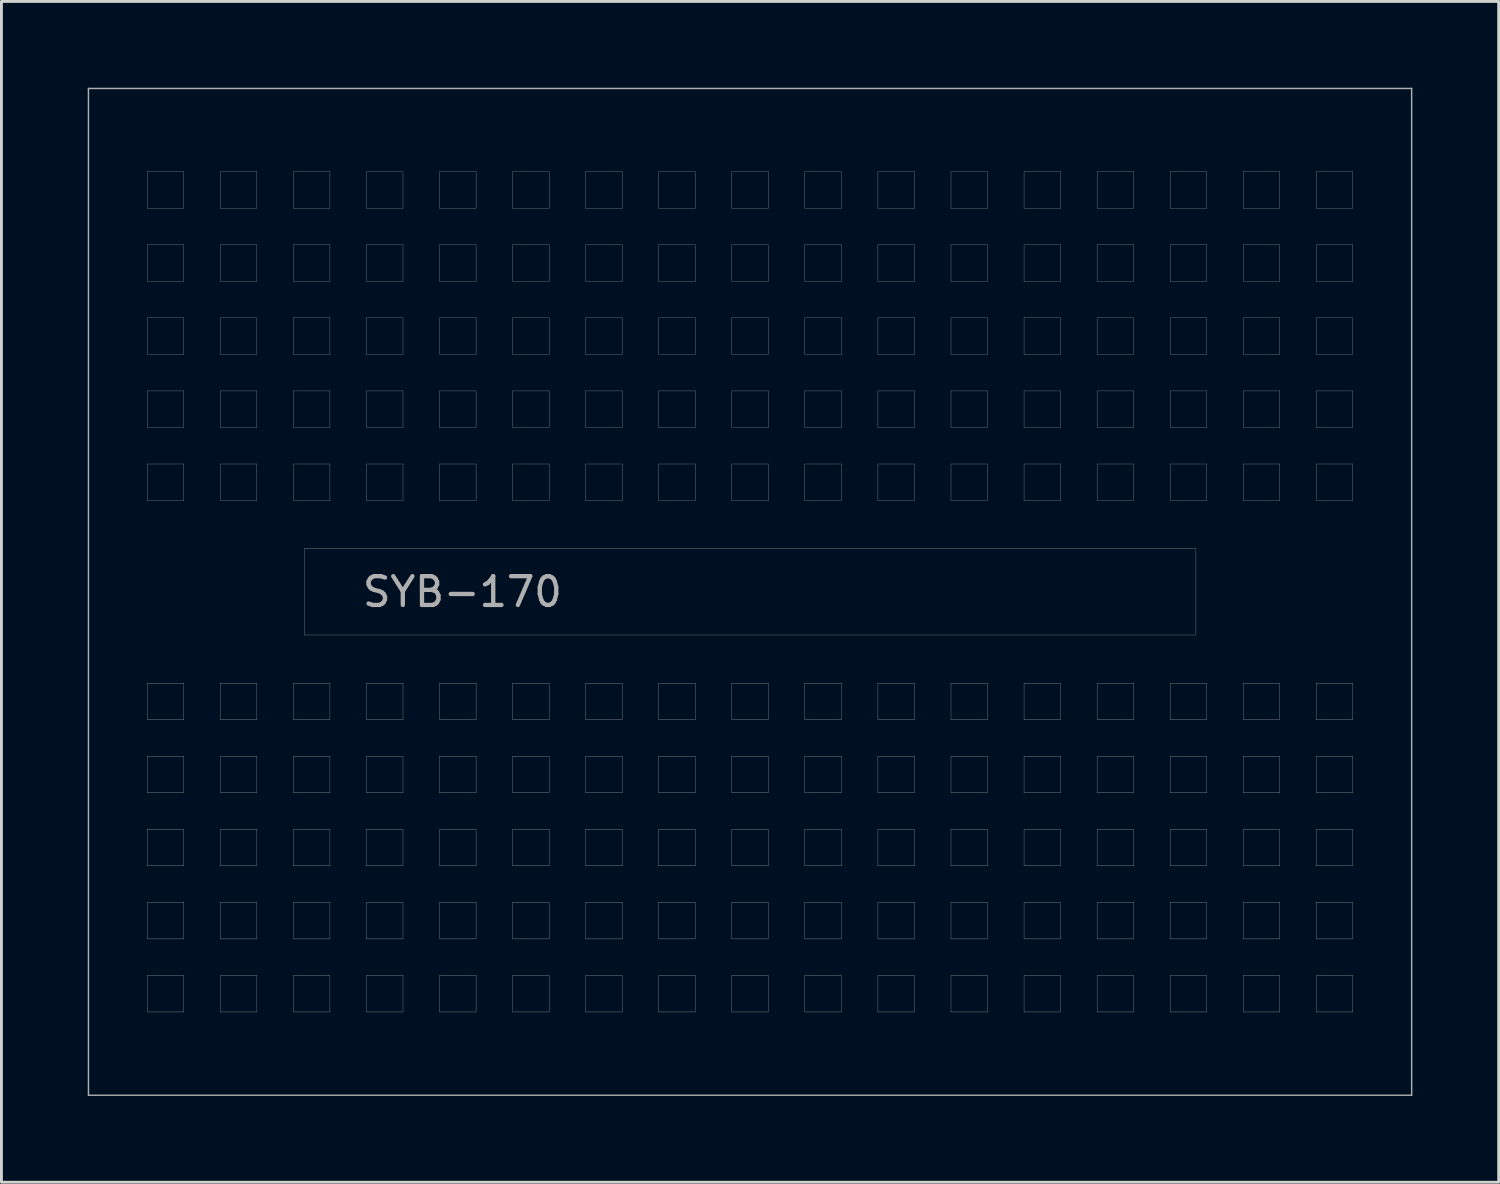
<source format=kicad_pcb>
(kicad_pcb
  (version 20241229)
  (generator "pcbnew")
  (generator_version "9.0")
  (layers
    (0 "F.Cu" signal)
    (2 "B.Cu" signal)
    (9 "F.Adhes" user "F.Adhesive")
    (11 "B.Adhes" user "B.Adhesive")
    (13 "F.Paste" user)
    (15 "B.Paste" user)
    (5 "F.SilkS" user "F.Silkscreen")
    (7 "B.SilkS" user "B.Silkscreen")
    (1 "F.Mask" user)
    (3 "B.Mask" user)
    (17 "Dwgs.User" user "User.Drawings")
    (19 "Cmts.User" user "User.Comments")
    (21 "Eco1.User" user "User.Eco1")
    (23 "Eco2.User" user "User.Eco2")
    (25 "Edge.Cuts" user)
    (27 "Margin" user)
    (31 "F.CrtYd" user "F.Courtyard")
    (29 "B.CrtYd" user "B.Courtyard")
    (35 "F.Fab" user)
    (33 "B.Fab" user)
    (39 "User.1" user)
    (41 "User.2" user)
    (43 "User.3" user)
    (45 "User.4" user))
  (footprint "SYB-170"
    (layer "F.Cu")
    (at 23.025 17.525)
    (property "Reference" "SYB-170" (at -10 0 0) (layer "F.Fab") (effects (font (size 1 1) (thickness 0.15))))
    (attr through_hole)
    (fp_line (start -23 -17.5) (end 23 -17.5) (stroke (width 0.05) (type solid)) (layer "F.Fab"))
    (fp_line (start -23 17.5) (end -23 -17.5) (stroke (width 0.05) (type solid)) (layer "F.Fab"))
    (fp_line (start -20.955 -14.605) (end -20.955 -13.335) (stroke (width 0.01) (type solid)) (layer "F.Fab"))
    (fp_line (start -20.955 -13.335) (end -19.685 -13.335) (stroke (width 0.01) (type solid)) (layer "F.Fab"))
    (fp_line (start -20.955 -12.065) (end -20.955 -10.795) (stroke (width 0.01) (type solid)) (layer "F.Fab"))
    (fp_line (start -20.955 -10.795) (end -19.685 -10.795) (stroke (width 0.01) (type solid)) (layer "F.Fab"))
    (fp_line (start -20.955 -9.525) (end -20.955 -8.255) (stroke (width 0.01) (type solid)) (layer "F.Fab"))
    (fp_line (start -20.955 -8.255) (end -19.685 -8.255) (stroke (width 0.01) (type solid)) (layer "F.Fab"))
    (fp_line (start -20.955 -6.985) (end -20.955 -5.715) (stroke (width 0.01) (type solid)) (layer "F.Fab"))
    (fp_line (start -20.955 -5.715) (end -19.685 -5.715) (stroke (width 0.01) (type solid)) (layer "F.Fab"))
    (fp_line (start -20.955 -4.445) (end -20.955 -3.175) (stroke (width 0.01) (type solid)) (layer "F.Fab"))
    (fp_line (start -20.955 -3.175) (end -19.685 -3.175) (stroke (width 0.01) (type solid)) (layer "F.Fab"))
    (fp_line (start -20.955 3.175) (end -20.955 4.445) (stroke (width 0.01) (type solid)) (layer "F.Fab"))
    (fp_line (start -20.955 4.445) (end -19.685 4.445) (stroke (width 0.01) (type solid)) (layer "F.Fab"))
    (fp_line (start -20.955 5.715) (end -20.955 6.985) (stroke (width 0.01) (type solid)) (layer "F.Fab"))
    (fp_line (start -20.955 6.985) (end -19.685 6.985) (stroke (width 0.01) (type solid)) (layer "F.Fab"))
    (fp_line (start -20.955 8.255) (end -20.955 9.525) (stroke (width 0.01) (type solid)) (layer "F.Fab"))
    (fp_line (start -20.955 9.525) (end -19.685 9.525) (stroke (width 0.01) (type solid)) (layer "F.Fab"))
    (fp_line (start -20.955 10.795) (end -20.955 12.065) (stroke (width 0.01) (type solid)) (layer "F.Fab"))
    (fp_line (start -20.955 12.065) (end -19.685 12.065) (stroke (width 0.01) (type solid)) (layer "F.Fab"))
    (fp_line (start -20.955 13.335) (end -20.955 14.605) (stroke (width 0.01) (type solid)) (layer "F.Fab"))
    (fp_line (start -20.955 14.605) (end -19.685 14.605) (stroke (width 0.01) (type solid)) (layer "F.Fab"))
    (fp_line (start -19.685 -14.605) (end -20.955 -14.605) (stroke (width 0.01) (type solid)) (layer "F.Fab"))
    (fp_line (start -19.685 -13.335) (end -19.685 -14.605) (stroke (width 0.01) (type solid)) (layer "F.Fab"))
    (fp_line (start -19.685 -12.065) (end -20.955 -12.065) (stroke (width 0.01) (type solid)) (layer "F.Fab"))
    (fp_line (start -19.685 -10.795) (end -19.685 -12.065) (stroke (width 0.01) (type solid)) (layer "F.Fab"))
    (fp_line (start -19.685 -9.525) (end -20.955 -9.525) (stroke (width 0.01) (type solid)) (layer "F.Fab"))
    (fp_line (start -19.685 -8.255) (end -19.685 -9.525) (stroke (width 0.01) (type solid)) (layer "F.Fab"))
    (fp_line (start -19.685 -6.985) (end -20.955 -6.985) (stroke (width 0.01) (type solid)) (layer "F.Fab"))
    (fp_line (start -19.685 -5.715) (end -19.685 -6.985) (stroke (width 0.01) (type solid)) (layer "F.Fab"))
    (fp_line (start -19.685 -4.445) (end -20.955 -4.445) (stroke (width 0.01) (type solid)) (layer "F.Fab"))
    (fp_line (start -19.685 -3.175) (end -19.685 -4.445) (stroke (width 0.01) (type solid)) (layer "F.Fab"))
    (fp_line (start -19.685 3.175) (end -20.955 3.175) (stroke (width 0.01) (type solid)) (layer "F.Fab"))
    (fp_line (start -19.685 4.445) (end -19.685 3.175) (stroke (width 0.01) (type solid)) (layer "F.Fab"))
    (fp_line (start -19.685 5.715) (end -20.955 5.715) (stroke (width 0.01) (type solid)) (layer "F.Fab"))
    (fp_line (start -19.685 6.985) (end -19.685 5.715) (stroke (width 0.01) (type solid)) (layer "F.Fab"))
    (fp_line (start -19.685 8.255) (end -20.955 8.255) (stroke (width 0.01) (type solid)) (layer "F.Fab"))
    (fp_line (start -19.685 9.525) (end -19.685 8.255) (stroke (width 0.01) (type solid)) (layer "F.Fab"))
    (fp_line (start -19.685 10.795) (end -20.955 10.795) (stroke (width 0.01) (type solid)) (layer "F.Fab"))
    (fp_line (start -19.685 12.065) (end -19.685 10.795) (stroke (width 0.01) (type solid)) (layer "F.Fab"))
    (fp_line (start -19.685 13.335) (end -20.955 13.335) (stroke (width 0.01) (type solid)) (layer "F.Fab"))
    (fp_line (start -19.685 14.605) (end -19.685 13.335) (stroke (width 0.01) (type solid)) (layer "F.Fab"))
    (fp_line (start -18.415 -14.605) (end -18.415 -13.335) (stroke (width 0.01) (type solid)) (layer "F.Fab"))
    (fp_line (start -18.415 -13.335) (end -17.145 -13.335) (stroke (width 0.01) (type solid)) (layer "F.Fab"))
    (fp_line (start -18.415 -12.065) (end -18.415 -10.795) (stroke (width 0.01) (type solid)) (layer "F.Fab"))
    (fp_line (start -18.415 -10.795) (end -17.145 -10.795) (stroke (width 0.01) (type solid)) (layer "F.Fab"))
    (fp_line (start -18.415 -9.525) (end -18.415 -8.255) (stroke (width 0.01) (type solid)) (layer "F.Fab"))
    (fp_line (start -18.415 -8.255) (end -17.145 -8.255) (stroke (width 0.01) (type solid)) (layer "F.Fab"))
    (fp_line (start -18.415 -6.985) (end -18.415 -5.715) (stroke (width 0.01) (type solid)) (layer "F.Fab"))
    (fp_line (start -18.415 -5.715) (end -17.145 -5.715) (stroke (width 0.01) (type solid)) (layer "F.Fab"))
    (fp_line (start -18.415 -4.445) (end -18.415 -3.175) (stroke (width 0.01) (type solid)) (layer "F.Fab"))
    (fp_line (start -18.415 -3.175) (end -17.145 -3.175) (stroke (width 0.01) (type solid)) (layer "F.Fab"))
    (fp_line (start -18.415 3.175) (end -18.415 4.445) (stroke (width 0.01) (type solid)) (layer "F.Fab"))
    (fp_line (start -18.415 4.445) (end -17.145 4.445) (stroke (width 0.01) (type solid)) (layer "F.Fab"))
    (fp_line (start -18.415 5.715) (end -18.415 6.985) (stroke (width 0.01) (type solid)) (layer "F.Fab"))
    (fp_line (start -18.415 6.985) (end -17.145 6.985) (stroke (width 0.01) (type solid)) (layer "F.Fab"))
    (fp_line (start -18.415 8.255) (end -18.415 9.525) (stroke (width 0.01) (type solid)) (layer "F.Fab"))
    (fp_line (start -18.415 9.525) (end -17.145 9.525) (stroke (width 0.01) (type solid)) (layer "F.Fab"))
    (fp_line (start -18.415 10.795) (end -18.415 12.065) (stroke (width 0.01) (type solid)) (layer "F.Fab"))
    (fp_line (start -18.415 12.065) (end -17.145 12.065) (stroke (width 0.01) (type solid)) (layer "F.Fab"))
    (fp_line (start -18.415 13.335) (end -18.415 14.605) (stroke (width 0.01) (type solid)) (layer "F.Fab"))
    (fp_line (start -18.415 14.605) (end -17.145 14.605) (stroke (width 0.01) (type solid)) (layer "F.Fab"))
    (fp_line (start -17.145 -14.605) (end -18.415 -14.605) (stroke (width 0.01) (type solid)) (layer "F.Fab"))
    (fp_line (start -17.145 -13.335) (end -17.145 -14.605) (stroke (width 0.01) (type solid)) (layer "F.Fab"))
    (fp_line (start -17.145 -12.065) (end -18.415 -12.065) (stroke (width 0.01) (type solid)) (layer "F.Fab"))
    (fp_line (start -17.145 -10.795) (end -17.145 -12.065) (stroke (width 0.01) (type solid)) (layer "F.Fab"))
    (fp_line (start -17.145 -9.525) (end -18.415 -9.525) (stroke (width 0.01) (type solid)) (layer "F.Fab"))
    (fp_line (start -17.145 -8.255) (end -17.145 -9.525) (stroke (width 0.01) (type solid)) (layer "F.Fab"))
    (fp_line (start -17.145 -6.985) (end -18.415 -6.985) (stroke (width 0.01) (type solid)) (layer "F.Fab"))
    (fp_line (start -17.145 -5.715) (end -17.145 -6.985) (stroke (width 0.01) (type solid)) (layer "F.Fab"))
    (fp_line (start -17.145 -4.445) (end -18.415 -4.445) (stroke (width 0.01) (type solid)) (layer "F.Fab"))
    (fp_line (start -17.145 -3.175) (end -17.145 -4.445) (stroke (width 0.01) (type solid)) (layer "F.Fab"))
    (fp_line (start -17.145 3.175) (end -18.415 3.175) (stroke (width 0.01) (type solid)) (layer "F.Fab"))
    (fp_line (start -17.145 4.445) (end -17.145 3.175) (stroke (width 0.01) (type solid)) (layer "F.Fab"))
    (fp_line (start -17.145 5.715) (end -18.415 5.715) (stroke (width 0.01) (type solid)) (layer "F.Fab"))
    (fp_line (start -17.145 6.985) (end -17.145 5.715) (stroke (width 0.01) (type solid)) (layer "F.Fab"))
    (fp_line (start -17.145 8.255) (end -18.415 8.255) (stroke (width 0.01) (type solid)) (layer "F.Fab"))
    (fp_line (start -17.145 9.525) (end -17.145 8.255) (stroke (width 0.01) (type solid)) (layer "F.Fab"))
    (fp_line (start -17.145 10.795) (end -18.415 10.795) (stroke (width 0.01) (type solid)) (layer "F.Fab"))
    (fp_line (start -17.145 12.065) (end -17.145 10.795) (stroke (width 0.01) (type solid)) (layer "F.Fab"))
    (fp_line (start -17.145 13.335) (end -18.415 13.335) (stroke (width 0.01) (type solid)) (layer "F.Fab"))
    (fp_line (start -17.145 14.605) (end -17.145 13.335) (stroke (width 0.01) (type solid)) (layer "F.Fab"))
    (fp_line (start -15.875 -14.605) (end -15.875 -13.335) (stroke (width 0.01) (type solid)) (layer "F.Fab"))
    (fp_line (start -15.875 -13.335) (end -14.605 -13.335) (stroke (width 0.01) (type solid)) (layer "F.Fab"))
    (fp_line (start -15.875 -12.065) (end -15.875 -10.795) (stroke (width 0.01) (type solid)) (layer "F.Fab"))
    (fp_line (start -15.875 -10.795) (end -14.605 -10.795) (stroke (width 0.01) (type solid)) (layer "F.Fab"))
    (fp_line (start -15.875 -9.525) (end -15.875 -8.255) (stroke (width 0.01) (type solid)) (layer "F.Fab"))
    (fp_line (start -15.875 -8.255) (end -14.605 -8.255) (stroke (width 0.01) (type solid)) (layer "F.Fab"))
    (fp_line (start -15.875 -6.985) (end -15.875 -5.715) (stroke (width 0.01) (type solid)) (layer "F.Fab"))
    (fp_line (start -15.875 -5.715) (end -14.605 -5.715) (stroke (width 0.01) (type solid)) (layer "F.Fab"))
    (fp_line (start -15.875 -4.445) (end -15.875 -3.175) (stroke (width 0.01) (type solid)) (layer "F.Fab"))
    (fp_line (start -15.875 -3.175) (end -14.605 -3.175) (stroke (width 0.01) (type solid)) (layer "F.Fab"))
    (fp_line (start -15.875 3.175) (end -15.875 4.445) (stroke (width 0.01) (type solid)) (layer "F.Fab"))
    (fp_line (start -15.875 4.445) (end -14.605 4.445) (stroke (width 0.01) (type solid)) (layer "F.Fab"))
    (fp_line (start -15.875 5.715) (end -15.875 6.985) (stroke (width 0.01) (type solid)) (layer "F.Fab"))
    (fp_line (start -15.875 6.985) (end -14.605 6.985) (stroke (width 0.01) (type solid)) (layer "F.Fab"))
    (fp_line (start -15.875 8.255) (end -15.875 9.525) (stroke (width 0.01) (type solid)) (layer "F.Fab"))
    (fp_line (start -15.875 9.525) (end -14.605 9.525) (stroke (width 0.01) (type solid)) (layer "F.Fab"))
    (fp_line (start -15.875 10.795) (end -15.875 12.065) (stroke (width 0.01) (type solid)) (layer "F.Fab"))
    (fp_line (start -15.875 12.065) (end -14.605 12.065) (stroke (width 0.01) (type solid)) (layer "F.Fab"))
    (fp_line (start -15.875 13.335) (end -15.875 14.605) (stroke (width 0.01) (type solid)) (layer "F.Fab"))
    (fp_line (start -15.875 14.605) (end -14.605 14.605) (stroke (width 0.01) (type solid)) (layer "F.Fab"))
    (fp_line (start -15.5 -1.5) (end 15.5 -1.5) (stroke (width 0.01) (type solid)) (layer "F.Fab"))
    (fp_line (start -15.5 1.5) (end -15.5 -1.5) (stroke (width 0.01) (type solid)) (layer "F.Fab"))
    (fp_line (start -14.605 -14.605) (end -15.875 -14.605) (stroke (width 0.01) (type solid)) (layer "F.Fab"))
    (fp_line (start -14.605 -13.335) (end -14.605 -14.605) (stroke (width 0.01) (type solid)) (layer "F.Fab"))
    (fp_line (start -14.605 -12.065) (end -15.875 -12.065) (stroke (width 0.01) (type solid)) (layer "F.Fab"))
    (fp_line (start -14.605 -10.795) (end -14.605 -12.065) (stroke (width 0.01) (type solid)) (layer "F.Fab"))
    (fp_line (start -14.605 -9.525) (end -15.875 -9.525) (stroke (width 0.01) (type solid)) (layer "F.Fab"))
    (fp_line (start -14.605 -8.255) (end -14.605 -9.525) (stroke (width 0.01) (type solid)) (layer "F.Fab"))
    (fp_line (start -14.605 -6.985) (end -15.875 -6.985) (stroke (width 0.01) (type solid)) (layer "F.Fab"))
    (fp_line (start -14.605 -5.715) (end -14.605 -6.985) (stroke (width 0.01) (type solid)) (layer "F.Fab"))
    (fp_line (start -14.605 -4.445) (end -15.875 -4.445) (stroke (width 0.01) (type solid)) (layer "F.Fab"))
    (fp_line (start -14.605 -3.175) (end -14.605 -4.445) (stroke (width 0.01) (type solid)) (layer "F.Fab"))
    (fp_line (start -14.605 3.175) (end -15.875 3.175) (stroke (width 0.01) (type solid)) (layer "F.Fab"))
    (fp_line (start -14.605 4.445) (end -14.605 3.175) (stroke (width 0.01) (type solid)) (layer "F.Fab"))
    (fp_line (start -14.605 5.715) (end -15.875 5.715) (stroke (width 0.01) (type solid)) (layer "F.Fab"))
    (fp_line (start -14.605 6.985) (end -14.605 5.715) (stroke (width 0.01) (type solid)) (layer "F.Fab"))
    (fp_line (start -14.605 8.255) (end -15.875 8.255) (stroke (width 0.01) (type solid)) (layer "F.Fab"))
    (fp_line (start -14.605 9.525) (end -14.605 8.255) (stroke (width 0.01) (type solid)) (layer "F.Fab"))
    (fp_line (start -14.605 10.795) (end -15.875 10.795) (stroke (width 0.01) (type solid)) (layer "F.Fab"))
    (fp_line (start -14.605 12.065) (end -14.605 10.795) (stroke (width 0.01) (type solid)) (layer "F.Fab"))
    (fp_line (start -14.605 13.335) (end -15.875 13.335) (stroke (width 0.01) (type solid)) (layer "F.Fab"))
    (fp_line (start -14.605 14.605) (end -14.605 13.335) (stroke (width 0.01) (type solid)) (layer "F.Fab"))
    (fp_line (start -13.335 -14.605) (end -13.335 -13.335) (stroke (width 0.01) (type solid)) (layer "F.Fab"))
    (fp_line (start -13.335 -13.335) (end -12.065 -13.335) (stroke (width 0.01) (type solid)) (layer "F.Fab"))
    (fp_line (start -13.335 -12.065) (end -13.335 -10.795) (stroke (width 0.01) (type solid)) (layer "F.Fab"))
    (fp_line (start -13.335 -10.795) (end -12.065 -10.795) (stroke (width 0.01) (type solid)) (layer "F.Fab"))
    (fp_line (start -13.335 -9.525) (end -13.335 -8.255) (stroke (width 0.01) (type solid)) (layer "F.Fab"))
    (fp_line (start -13.335 -8.255) (end -12.065 -8.255) (stroke (width 0.01) (type solid)) (layer "F.Fab"))
    (fp_line (start -13.335 -6.985) (end -13.335 -5.715) (stroke (width 0.01) (type solid)) (layer "F.Fab"))
    (fp_line (start -13.335 -5.715) (end -12.065 -5.715) (stroke (width 0.01) (type solid)) (layer "F.Fab"))
    (fp_line (start -13.335 -4.445) (end -13.335 -3.175) (stroke (width 0.01) (type solid)) (layer "F.Fab"))
    (fp_line (start -13.335 -3.175) (end -12.065 -3.175) (stroke (width 0.01) (type solid)) (layer "F.Fab"))
    (fp_line (start -13.335 3.175) (end -13.335 4.445) (stroke (width 0.01) (type solid)) (layer "F.Fab"))
    (fp_line (start -13.335 4.445) (end -12.065 4.445) (stroke (width 0.01) (type solid)) (layer "F.Fab"))
    (fp_line (start -13.335 5.715) (end -13.335 6.985) (stroke (width 0.01) (type solid)) (layer "F.Fab"))
    (fp_line (start -13.335 6.985) (end -12.065 6.985) (stroke (width 0.01) (type solid)) (layer "F.Fab"))
    (fp_line (start -13.335 8.255) (end -13.335 9.525) (stroke (width 0.01) (type solid)) (layer "F.Fab"))
    (fp_line (start -13.335 9.525) (end -12.065 9.525) (stroke (width 0.01) (type solid)) (layer "F.Fab"))
    (fp_line (start -13.335 10.795) (end -13.335 12.065) (stroke (width 0.01) (type solid)) (layer "F.Fab"))
    (fp_line (start -13.335 12.065) (end -12.065 12.065) (stroke (width 0.01) (type solid)) (layer "F.Fab"))
    (fp_line (start -13.335 13.335) (end -13.335 14.605) (stroke (width 0.01) (type solid)) (layer "F.Fab"))
    (fp_line (start -13.335 14.605) (end -12.065 14.605) (stroke (width 0.01) (type solid)) (layer "F.Fab"))
    (fp_line (start -12.065 -14.605) (end -13.335 -14.605) (stroke (width 0.01) (type solid)) (layer "F.Fab"))
    (fp_line (start -12.065 -13.335) (end -12.065 -14.605) (stroke (width 0.01) (type solid)) (layer "F.Fab"))
    (fp_line (start -12.065 -12.065) (end -13.335 -12.065) (stroke (width 0.01) (type solid)) (layer "F.Fab"))
    (fp_line (start -12.065 -10.795) (end -12.065 -12.065) (stroke (width 0.01) (type solid)) (layer "F.Fab"))
    (fp_line (start -12.065 -9.525) (end -13.335 -9.525) (stroke (width 0.01) (type solid)) (layer "F.Fab"))
    (fp_line (start -12.065 -8.255) (end -12.065 -9.525) (stroke (width 0.01) (type solid)) (layer "F.Fab"))
    (fp_line (start -12.065 -6.985) (end -13.335 -6.985) (stroke (width 0.01) (type solid)) (layer "F.Fab"))
    (fp_line (start -12.065 -5.715) (end -12.065 -6.985) (stroke (width 0.01) (type solid)) (layer "F.Fab"))
    (fp_line (start -12.065 -4.445) (end -13.335 -4.445) (stroke (width 0.01) (type solid)) (layer "F.Fab"))
    (fp_line (start -12.065 -3.175) (end -12.065 -4.445) (stroke (width 0.01) (type solid)) (layer "F.Fab"))
    (fp_line (start -12.065 3.175) (end -13.335 3.175) (stroke (width 0.01) (type solid)) (layer "F.Fab"))
    (fp_line (start -12.065 4.445) (end -12.065 3.175) (stroke (width 0.01) (type solid)) (layer "F.Fab"))
    (fp_line (start -12.065 5.715) (end -13.335 5.715) (stroke (width 0.01) (type solid)) (layer "F.Fab"))
    (fp_line (start -12.065 6.985) (end -12.065 5.715) (stroke (width 0.01) (type solid)) (layer "F.Fab"))
    (fp_line (start -12.065 8.255) (end -13.335 8.255) (stroke (width 0.01) (type solid)) (layer "F.Fab"))
    (fp_line (start -12.065 9.525) (end -12.065 8.255) (stroke (width 0.01) (type solid)) (layer "F.Fab"))
    (fp_line (start -12.065 10.795) (end -13.335 10.795) (stroke (width 0.01) (type solid)) (layer "F.Fab"))
    (fp_line (start -12.065 12.065) (end -12.065 10.795) (stroke (width 0.01) (type solid)) (layer "F.Fab"))
    (fp_line (start -12.065 13.335) (end -13.335 13.335) (stroke (width 0.01) (type solid)) (layer "F.Fab"))
    (fp_line (start -12.065 14.605) (end -12.065 13.335) (stroke (width 0.01) (type solid)) (layer "F.Fab"))
    (fp_line (start -10.795 -14.605) (end -10.795 -13.335) (stroke (width 0.01) (type solid)) (layer "F.Fab"))
    (fp_line (start -10.795 -13.335) (end -9.525 -13.335) (stroke (width 0.01) (type solid)) (layer "F.Fab"))
    (fp_line (start -10.795 -12.065) (end -10.795 -10.795) (stroke (width 0.01) (type solid)) (layer "F.Fab"))
    (fp_line (start -10.795 -10.795) (end -9.525 -10.795) (stroke (width 0.01) (type solid)) (layer "F.Fab"))
    (fp_line (start -10.795 -9.525) (end -10.795 -8.255) (stroke (width 0.01) (type solid)) (layer "F.Fab"))
    (fp_line (start -10.795 -8.255) (end -9.525 -8.255) (stroke (width 0.01) (type solid)) (layer "F.Fab"))
    (fp_line (start -10.795 -6.985) (end -10.795 -5.715) (stroke (width 0.01) (type solid)) (layer "F.Fab"))
    (fp_line (start -10.795 -5.715) (end -9.525 -5.715) (stroke (width 0.01) (type solid)) (layer "F.Fab"))
    (fp_line (start -10.795 -4.445) (end -10.795 -3.175) (stroke (width 0.01) (type solid)) (layer "F.Fab"))
    (fp_line (start -10.795 -3.175) (end -9.525 -3.175) (stroke (width 0.01) (type solid)) (layer "F.Fab"))
    (fp_line (start -10.795 3.175) (end -10.795 4.445) (stroke (width 0.01) (type solid)) (layer "F.Fab"))
    (fp_line (start -10.795 4.445) (end -9.525 4.445) (stroke (width 0.01) (type solid)) (layer "F.Fab"))
    (fp_line (start -10.795 5.715) (end -10.795 6.985) (stroke (width 0.01) (type solid)) (layer "F.Fab"))
    (fp_line (start -10.795 6.985) (end -9.525 6.985) (stroke (width 0.01) (type solid)) (layer "F.Fab"))
    (fp_line (start -10.795 8.255) (end -10.795 9.525) (stroke (width 0.01) (type solid)) (layer "F.Fab"))
    (fp_line (start -10.795 9.525) (end -9.525 9.525) (stroke (width 0.01) (type solid)) (layer "F.Fab"))
    (fp_line (start -10.795 10.795) (end -10.795 12.065) (stroke (width 0.01) (type solid)) (layer "F.Fab"))
    (fp_line (start -10.795 12.065) (end -9.525 12.065) (stroke (width 0.01) (type solid)) (layer "F.Fab"))
    (fp_line (start -10.795 13.335) (end -10.795 14.605) (stroke (width 0.01) (type solid)) (layer "F.Fab"))
    (fp_line (start -10.795 14.605) (end -9.525 14.605) (stroke (width 0.01) (type solid)) (layer "F.Fab"))
    (fp_line (start -9.525 -14.605) (end -10.795 -14.605) (stroke (width 0.01) (type solid)) (layer "F.Fab"))
    (fp_line (start -9.525 -13.335) (end -9.525 -14.605) (stroke (width 0.01) (type solid)) (layer "F.Fab"))
    (fp_line (start -9.525 -12.065) (end -10.795 -12.065) (stroke (width 0.01) (type solid)) (layer "F.Fab"))
    (fp_line (start -9.525 -10.795) (end -9.525 -12.065) (stroke (width 0.01) (type solid)) (layer "F.Fab"))
    (fp_line (start -9.525 -9.525) (end -10.795 -9.525) (stroke (width 0.01) (type solid)) (layer "F.Fab"))
    (fp_line (start -9.525 -8.255) (end -9.525 -9.525) (stroke (width 0.01) (type solid)) (layer "F.Fab"))
    (fp_line (start -9.525 -6.985) (end -10.795 -6.985) (stroke (width 0.01) (type solid)) (layer "F.Fab"))
    (fp_line (start -9.525 -5.715) (end -9.525 -6.985) (stroke (width 0.01) (type solid)) (layer "F.Fab"))
    (fp_line (start -9.525 -4.445) (end -10.795 -4.445) (stroke (width 0.01) (type solid)) (layer "F.Fab"))
    (fp_line (start -9.525 -3.175) (end -9.525 -4.445) (stroke (width 0.01) (type solid)) (layer "F.Fab"))
    (fp_line (start -9.525 3.175) (end -10.795 3.175) (stroke (width 0.01) (type solid)) (layer "F.Fab"))
    (fp_line (start -9.525 4.445) (end -9.525 3.175) (stroke (width 0.01) (type solid)) (layer "F.Fab"))
    (fp_line (start -9.525 5.715) (end -10.795 5.715) (stroke (width 0.01) (type solid)) (layer "F.Fab"))
    (fp_line (start -9.525 6.985) (end -9.525 5.715) (stroke (width 0.01) (type solid)) (layer "F.Fab"))
    (fp_line (start -9.525 8.255) (end -10.795 8.255) (stroke (width 0.01) (type solid)) (layer "F.Fab"))
    (fp_line (start -9.525 9.525) (end -9.525 8.255) (stroke (width 0.01) (type solid)) (layer "F.Fab"))
    (fp_line (start -9.525 10.795) (end -10.795 10.795) (stroke (width 0.01) (type solid)) (layer "F.Fab"))
    (fp_line (start -9.525 12.065) (end -9.525 10.795) (stroke (width 0.01) (type solid)) (layer "F.Fab"))
    (fp_line (start -9.525 13.335) (end -10.795 13.335) (stroke (width 0.01) (type solid)) (layer "F.Fab"))
    (fp_line (start -9.525 14.605) (end -9.525 13.335) (stroke (width 0.01) (type solid)) (layer "F.Fab"))
    (fp_line (start -8.255 -14.605) (end -8.255 -13.335) (stroke (width 0.01) (type solid)) (layer "F.Fab"))
    (fp_line (start -8.255 -13.335) (end -6.985 -13.335) (stroke (width 0.01) (type solid)) (layer "F.Fab"))
    (fp_line (start -8.255 -12.065) (end -8.255 -10.795) (stroke (width 0.01) (type solid)) (layer "F.Fab"))
    (fp_line (start -8.255 -10.795) (end -6.985 -10.795) (stroke (width 0.01) (type solid)) (layer "F.Fab"))
    (fp_line (start -8.255 -9.525) (end -8.255 -8.255) (stroke (width 0.01) (type solid)) (layer "F.Fab"))
    (fp_line (start -8.255 -8.255) (end -6.985 -8.255) (stroke (width 0.01) (type solid)) (layer "F.Fab"))
    (fp_line (start -8.255 -6.985) (end -8.255 -5.715) (stroke (width 0.01) (type solid)) (layer "F.Fab"))
    (fp_line (start -8.255 -5.715) (end -6.985 -5.715) (stroke (width 0.01) (type solid)) (layer "F.Fab"))
    (fp_line (start -8.255 -4.445) (end -8.255 -3.175) (stroke (width 0.01) (type solid)) (layer "F.Fab"))
    (fp_line (start -8.255 -3.175) (end -6.985 -3.175) (stroke (width 0.01) (type solid)) (layer "F.Fab"))
    (fp_line (start -8.255 3.175) (end -8.255 4.445) (stroke (width 0.01) (type solid)) (layer "F.Fab"))
    (fp_line (start -8.255 4.445) (end -6.985 4.445) (stroke (width 0.01) (type solid)) (layer "F.Fab"))
    (fp_line (start -8.255 5.715) (end -8.255 6.985) (stroke (width 0.01) (type solid)) (layer "F.Fab"))
    (fp_line (start -8.255 6.985) (end -6.985 6.985) (stroke (width 0.01) (type solid)) (layer "F.Fab"))
    (fp_line (start -8.255 8.255) (end -8.255 9.525) (stroke (width 0.01) (type solid)) (layer "F.Fab"))
    (fp_line (start -8.255 9.525) (end -6.985 9.525) (stroke (width 0.01) (type solid)) (layer "F.Fab"))
    (fp_line (start -8.255 10.795) (end -8.255 12.065) (stroke (width 0.01) (type solid)) (layer "F.Fab"))
    (fp_line (start -8.255 12.065) (end -6.985 12.065) (stroke (width 0.01) (type solid)) (layer "F.Fab"))
    (fp_line (start -8.255 13.335) (end -8.255 14.605) (stroke (width 0.01) (type solid)) (layer "F.Fab"))
    (fp_line (start -8.255 14.605) (end -6.985 14.605) (stroke (width 0.01) (type solid)) (layer "F.Fab"))
    (fp_line (start -6.985 -14.605) (end -8.255 -14.605) (stroke (width 0.01) (type solid)) (layer "F.Fab"))
    (fp_line (start -6.985 -13.335) (end -6.985 -14.605) (stroke (width 0.01) (type solid)) (layer "F.Fab"))
    (fp_line (start -6.985 -12.065) (end -8.255 -12.065) (stroke (width 0.01) (type solid)) (layer "F.Fab"))
    (fp_line (start -6.985 -10.795) (end -6.985 -12.065) (stroke (width 0.01) (type solid)) (layer "F.Fab"))
    (fp_line (start -6.985 -9.525) (end -8.255 -9.525) (stroke (width 0.01) (type solid)) (layer "F.Fab"))
    (fp_line (start -6.985 -8.255) (end -6.985 -9.525) (stroke (width 0.01) (type solid)) (layer "F.Fab"))
    (fp_line (start -6.985 -6.985) (end -8.255 -6.985) (stroke (width 0.01) (type solid)) (layer "F.Fab"))
    (fp_line (start -6.985 -5.715) (end -6.985 -6.985) (stroke (width 0.01) (type solid)) (layer "F.Fab"))
    (fp_line (start -6.985 -4.445) (end -8.255 -4.445) (stroke (width 0.01) (type solid)) (layer "F.Fab"))
    (fp_line (start -6.985 -3.175) (end -6.985 -4.445) (stroke (width 0.01) (type solid)) (layer "F.Fab"))
    (fp_line (start -6.985 3.175) (end -8.255 3.175) (stroke (width 0.01) (type solid)) (layer "F.Fab"))
    (fp_line (start -6.985 4.445) (end -6.985 3.175) (stroke (width 0.01) (type solid)) (layer "F.Fab"))
    (fp_line (start -6.985 5.715) (end -8.255 5.715) (stroke (width 0.01) (type solid)) (layer "F.Fab"))
    (fp_line (start -6.985 6.985) (end -6.985 5.715) (stroke (width 0.01) (type solid)) (layer "F.Fab"))
    (fp_line (start -6.985 8.255) (end -8.255 8.255) (stroke (width 0.01) (type solid)) (layer "F.Fab"))
    (fp_line (start -6.985 9.525) (end -6.985 8.255) (stroke (width 0.01) (type solid)) (layer "F.Fab"))
    (fp_line (start -6.985 10.795) (end -8.255 10.795) (stroke (width 0.01) (type solid)) (layer "F.Fab"))
    (fp_line (start -6.985 12.065) (end -6.985 10.795) (stroke (width 0.01) (type solid)) (layer "F.Fab"))
    (fp_line (start -6.985 13.335) (end -8.255 13.335) (stroke (width 0.01) (type solid)) (layer "F.Fab"))
    (fp_line (start -6.985 14.605) (end -6.985 13.335) (stroke (width 0.01) (type solid)) (layer "F.Fab"))
    (fp_line (start -5.715 -14.605) (end -5.715 -13.335) (stroke (width 0.01) (type solid)) (layer "F.Fab"))
    (fp_line (start -5.715 -13.335) (end -4.445 -13.335) (stroke (width 0.01) (type solid)) (layer "F.Fab"))
    (fp_line (start -5.715 -12.065) (end -5.715 -10.795) (stroke (width 0.01) (type solid)) (layer "F.Fab"))
    (fp_line (start -5.715 -10.795) (end -4.445 -10.795) (stroke (width 0.01) (type solid)) (layer "F.Fab"))
    (fp_line (start -5.715 -9.525) (end -5.715 -8.255) (stroke (width 0.01) (type solid)) (layer "F.Fab"))
    (fp_line (start -5.715 -8.255) (end -4.445 -8.255) (stroke (width 0.01) (type solid)) (layer "F.Fab"))
    (fp_line (start -5.715 -6.985) (end -5.715 -5.715) (stroke (width 0.01) (type solid)) (layer "F.Fab"))
    (fp_line (start -5.715 -5.715) (end -4.445 -5.715) (stroke (width 0.01) (type solid)) (layer "F.Fab"))
    (fp_line (start -5.715 -4.445) (end -5.715 -3.175) (stroke (width 0.01) (type solid)) (layer "F.Fab"))
    (fp_line (start -5.715 -3.175) (end -4.445 -3.175) (stroke (width 0.01) (type solid)) (layer "F.Fab"))
    (fp_line (start -5.715 3.175) (end -5.715 4.445) (stroke (width 0.01) (type solid)) (layer "F.Fab"))
    (fp_line (start -5.715 4.445) (end -4.445 4.445) (stroke (width 0.01) (type solid)) (layer "F.Fab"))
    (fp_line (start -5.715 5.715) (end -5.715 6.985) (stroke (width 0.01) (type solid)) (layer "F.Fab"))
    (fp_line (start -5.715 6.985) (end -4.445 6.985) (stroke (width 0.01) (type solid)) (layer "F.Fab"))
    (fp_line (start -5.715 8.255) (end -5.715 9.525) (stroke (width 0.01) (type solid)) (layer "F.Fab"))
    (fp_line (start -5.715 9.525) (end -4.445 9.525) (stroke (width 0.01) (type solid)) (layer "F.Fab"))
    (fp_line (start -5.715 10.795) (end -5.715 12.065) (stroke (width 0.01) (type solid)) (layer "F.Fab"))
    (fp_line (start -5.715 12.065) (end -4.445 12.065) (stroke (width 0.01) (type solid)) (layer "F.Fab"))
    (fp_line (start -5.715 13.335) (end -5.715 14.605) (stroke (width 0.01) (type solid)) (layer "F.Fab"))
    (fp_line (start -5.715 14.605) (end -4.445 14.605) (stroke (width 0.01) (type solid)) (layer "F.Fab"))
    (fp_line (start -4.445 -14.605) (end -5.715 -14.605) (stroke (width 0.01) (type solid)) (layer "F.Fab"))
    (fp_line (start -4.445 -13.335) (end -4.445 -14.605) (stroke (width 0.01) (type solid)) (layer "F.Fab"))
    (fp_line (start -4.445 -12.065) (end -5.715 -12.065) (stroke (width 0.01) (type solid)) (layer "F.Fab"))
    (fp_line (start -4.445 -10.795) (end -4.445 -12.065) (stroke (width 0.01) (type solid)) (layer "F.Fab"))
    (fp_line (start -4.445 -9.525) (end -5.715 -9.525) (stroke (width 0.01) (type solid)) (layer "F.Fab"))
    (fp_line (start -4.445 -8.255) (end -4.445 -9.525) (stroke (width 0.01) (type solid)) (layer "F.Fab"))
    (fp_line (start -4.445 -6.985) (end -5.715 -6.985) (stroke (width 0.01) (type solid)) (layer "F.Fab"))
    (fp_line (start -4.445 -5.715) (end -4.445 -6.985) (stroke (width 0.01) (type solid)) (layer "F.Fab"))
    (fp_line (start -4.445 -4.445) (end -5.715 -4.445) (stroke (width 0.01) (type solid)) (layer "F.Fab"))
    (fp_line (start -4.445 -3.175) (end -4.445 -4.445) (stroke (width 0.01) (type solid)) (layer "F.Fab"))
    (fp_line (start -4.445 3.175) (end -5.715 3.175) (stroke (width 0.01) (type solid)) (layer "F.Fab"))
    (fp_line (start -4.445 4.445) (end -4.445 3.175) (stroke (width 0.01) (type solid)) (layer "F.Fab"))
    (fp_line (start -4.445 5.715) (end -5.715 5.715) (stroke (width 0.01) (type solid)) (layer "F.Fab"))
    (fp_line (start -4.445 6.985) (end -4.445 5.715) (stroke (width 0.01) (type solid)) (layer "F.Fab"))
    (fp_line (start -4.445 8.255) (end -5.715 8.255) (stroke (width 0.01) (type solid)) (layer "F.Fab"))
    (fp_line (start -4.445 9.525) (end -4.445 8.255) (stroke (width 0.01) (type solid)) (layer "F.Fab"))
    (fp_line (start -4.445 10.795) (end -5.715 10.795) (stroke (width 0.01) (type solid)) (layer "F.Fab"))
    (fp_line (start -4.445 12.065) (end -4.445 10.795) (stroke (width 0.01) (type solid)) (layer "F.Fab"))
    (fp_line (start -4.445 13.335) (end -5.715 13.335) (stroke (width 0.01) (type solid)) (layer "F.Fab"))
    (fp_line (start -4.445 14.605) (end -4.445 13.335) (stroke (width 0.01) (type solid)) (layer "F.Fab"))
    (fp_line (start -3.175 -14.605) (end -3.175 -13.335) (stroke (width 0.01) (type solid)) (layer "F.Fab"))
    (fp_line (start -3.175 -13.335) (end -1.905 -13.335) (stroke (width 0.01) (type solid)) (layer "F.Fab"))
    (fp_line (start -3.175 -12.065) (end -3.175 -10.795) (stroke (width 0.01) (type solid)) (layer "F.Fab"))
    (fp_line (start -3.175 -10.795) (end -1.905 -10.795) (stroke (width 0.01) (type solid)) (layer "F.Fab"))
    (fp_line (start -3.175 -9.525) (end -3.175 -8.255) (stroke (width 0.01) (type solid)) (layer "F.Fab"))
    (fp_line (start -3.175 -8.255) (end -1.905 -8.255) (stroke (width 0.01) (type solid)) (layer "F.Fab"))
    (fp_line (start -3.175 -6.985) (end -3.175 -5.715) (stroke (width 0.01) (type solid)) (layer "F.Fab"))
    (fp_line (start -3.175 -5.715) (end -1.905 -5.715) (stroke (width 0.01) (type solid)) (layer "F.Fab"))
    (fp_line (start -3.175 -4.445) (end -3.175 -3.175) (stroke (width 0.01) (type solid)) (layer "F.Fab"))
    (fp_line (start -3.175 -3.175) (end -1.905 -3.175) (stroke (width 0.01) (type solid)) (layer "F.Fab"))
    (fp_line (start -3.175 3.175) (end -3.175 4.445) (stroke (width 0.01) (type solid)) (layer "F.Fab"))
    (fp_line (start -3.175 4.445) (end -1.905 4.445) (stroke (width 0.01) (type solid)) (layer "F.Fab"))
    (fp_line (start -3.175 5.715) (end -3.175 6.985) (stroke (width 0.01) (type solid)) (layer "F.Fab"))
    (fp_line (start -3.175 6.985) (end -1.905 6.985) (stroke (width 0.01) (type solid)) (layer "F.Fab"))
    (fp_line (start -3.175 8.255) (end -3.175 9.525) (stroke (width 0.01) (type solid)) (layer "F.Fab"))
    (fp_line (start -3.175 9.525) (end -1.905 9.525) (stroke (width 0.01) (type solid)) (layer "F.Fab"))
    (fp_line (start -3.175 10.795) (end -3.175 12.065) (stroke (width 0.01) (type solid)) (layer "F.Fab"))
    (fp_line (start -3.175 12.065) (end -1.905 12.065) (stroke (width 0.01) (type solid)) (layer "F.Fab"))
    (fp_line (start -3.175 13.335) (end -3.175 14.605) (stroke (width 0.01) (type solid)) (layer "F.Fab"))
    (fp_line (start -3.175 14.605) (end -1.905 14.605) (stroke (width 0.01) (type solid)) (layer "F.Fab"))
    (fp_line (start -1.905 -14.605) (end -3.175 -14.605) (stroke (width 0.01) (type solid)) (layer "F.Fab"))
    (fp_line (start -1.905 -13.335) (end -1.905 -14.605) (stroke (width 0.01) (type solid)) (layer "F.Fab"))
    (fp_line (start -1.905 -12.065) (end -3.175 -12.065) (stroke (width 0.01) (type solid)) (layer "F.Fab"))
    (fp_line (start -1.905 -10.795) (end -1.905 -12.065) (stroke (width 0.01) (type solid)) (layer "F.Fab"))
    (fp_line (start -1.905 -9.525) (end -3.175 -9.525) (stroke (width 0.01) (type solid)) (layer "F.Fab"))
    (fp_line (start -1.905 -8.255) (end -1.905 -9.525) (stroke (width 0.01) (type solid)) (layer "F.Fab"))
    (fp_line (start -1.905 -6.985) (end -3.175 -6.985) (stroke (width 0.01) (type solid)) (layer "F.Fab"))
    (fp_line (start -1.905 -5.715) (end -1.905 -6.985) (stroke (width 0.01) (type solid)) (layer "F.Fab"))
    (fp_line (start -1.905 -4.445) (end -3.175 -4.445) (stroke (width 0.01) (type solid)) (layer "F.Fab"))
    (fp_line (start -1.905 -3.175) (end -1.905 -4.445) (stroke (width 0.01) (type solid)) (layer "F.Fab"))
    (fp_line (start -1.905 3.175) (end -3.175 3.175) (stroke (width 0.01) (type solid)) (layer "F.Fab"))
    (fp_line (start -1.905 4.445) (end -1.905 3.175) (stroke (width 0.01) (type solid)) (layer "F.Fab"))
    (fp_line (start -1.905 5.715) (end -3.175 5.715) (stroke (width 0.01) (type solid)) (layer "F.Fab"))
    (fp_line (start -1.905 6.985) (end -1.905 5.715) (stroke (width 0.01) (type solid)) (layer "F.Fab"))
    (fp_line (start -1.905 8.255) (end -3.175 8.255) (stroke (width 0.01) (type solid)) (layer "F.Fab"))
    (fp_line (start -1.905 9.525) (end -1.905 8.255) (stroke (width 0.01) (type solid)) (layer "F.Fab"))
    (fp_line (start -1.905 10.795) (end -3.175 10.795) (stroke (width 0.01) (type solid)) (layer "F.Fab"))
    (fp_line (start -1.905 12.065) (end -1.905 10.795) (stroke (width 0.01) (type solid)) (layer "F.Fab"))
    (fp_line (start -1.905 13.335) (end -3.175 13.335) (stroke (width 0.01) (type solid)) (layer "F.Fab"))
    (fp_line (start -1.905 14.605) (end -1.905 13.335) (stroke (width 0.01) (type solid)) (layer "F.Fab"))
    (fp_line (start -0.635 -14.605) (end -0.635 -13.335) (stroke (width 0.01) (type solid)) (layer "F.Fab"))
    (fp_line (start -0.635 -13.335) (end 0.635 -13.335) (stroke (width 0.01) (type solid)) (layer "F.Fab"))
    (fp_line (start -0.635 -12.065) (end -0.635 -10.795) (stroke (width 0.01) (type solid)) (layer "F.Fab"))
    (fp_line (start -0.635 -10.795) (end 0.635 -10.795) (stroke (width 0.01) (type solid)) (layer "F.Fab"))
    (fp_line (start -0.635 -9.525) (end -0.635 -8.255) (stroke (width 0.01) (type solid)) (layer "F.Fab"))
    (fp_line (start -0.635 -8.255) (end 0.635 -8.255) (stroke (width 0.01) (type solid)) (layer "F.Fab"))
    (fp_line (start -0.635 -6.985) (end -0.635 -5.715) (stroke (width 0.01) (type solid)) (layer "F.Fab"))
    (fp_line (start -0.635 -5.715) (end 0.635 -5.715) (stroke (width 0.01) (type solid)) (layer "F.Fab"))
    (fp_line (start -0.635 -4.445) (end -0.635 -3.175) (stroke (width 0.01) (type solid)) (layer "F.Fab"))
    (fp_line (start -0.635 -3.175) (end 0.635 -3.175) (stroke (width 0.01) (type solid)) (layer "F.Fab"))
    (fp_line (start -0.635 3.175) (end -0.635 4.445) (stroke (width 0.01) (type solid)) (layer "F.Fab"))
    (fp_line (start -0.635 4.445) (end 0.635 4.445) (stroke (width 0.01) (type solid)) (layer "F.Fab"))
    (fp_line (start -0.635 5.715) (end -0.635 6.985) (stroke (width 0.01) (type solid)) (layer "F.Fab"))
    (fp_line (start -0.635 6.985) (end 0.635 6.985) (stroke (width 0.01) (type solid)) (layer "F.Fab"))
    (fp_line (start -0.635 8.255) (end -0.635 9.525) (stroke (width 0.01) (type solid)) (layer "F.Fab"))
    (fp_line (start -0.635 9.525) (end 0.635 9.525) (stroke (width 0.01) (type solid)) (layer "F.Fab"))
    (fp_line (start -0.635 10.795) (end -0.635 12.065) (stroke (width 0.01) (type solid)) (layer "F.Fab"))
    (fp_line (start -0.635 12.065) (end 0.635 12.065) (stroke (width 0.01) (type solid)) (layer "F.Fab"))
    (fp_line (start -0.635 13.335) (end -0.635 14.605) (stroke (width 0.01) (type solid)) (layer "F.Fab"))
    (fp_line (start -0.635 14.605) (end 0.635 14.605) (stroke (width 0.01) (type solid)) (layer "F.Fab"))
    (fp_line (start 0.635 -14.605) (end -0.635 -14.605) (stroke (width 0.01) (type solid)) (layer "F.Fab"))
    (fp_line (start 0.635 -13.335) (end 0.635 -14.605) (stroke (width 0.01) (type solid)) (layer "F.Fab"))
    (fp_line (start 0.635 -12.065) (end -0.635 -12.065) (stroke (width 0.01) (type solid)) (layer "F.Fab"))
    (fp_line (start 0.635 -10.795) (end 0.635 -12.065) (stroke (width 0.01) (type solid)) (layer "F.Fab"))
    (fp_line (start 0.635 -9.525) (end -0.635 -9.525) (stroke (width 0.01) (type solid)) (layer "F.Fab"))
    (fp_line (start 0.635 -8.255) (end 0.635 -9.525) (stroke (width 0.01) (type solid)) (layer "F.Fab"))
    (fp_line (start 0.635 -6.985) (end -0.635 -6.985) (stroke (width 0.01) (type solid)) (layer "F.Fab"))
    (fp_line (start 0.635 -5.715) (end 0.635 -6.985) (stroke (width 0.01) (type solid)) (layer "F.Fab"))
    (fp_line (start 0.635 -4.445) (end -0.635 -4.445) (stroke (width 0.01) (type solid)) (layer "F.Fab"))
    (fp_line (start 0.635 -3.175) (end 0.635 -4.445) (stroke (width 0.01) (type solid)) (layer "F.Fab"))
    (fp_line (start 0.635 3.175) (end -0.635 3.175) (stroke (width 0.01) (type solid)) (layer "F.Fab"))
    (fp_line (start 0.635 4.445) (end 0.635 3.175) (stroke (width 0.01) (type solid)) (layer "F.Fab"))
    (fp_line (start 0.635 5.715) (end -0.635 5.715) (stroke (width 0.01) (type solid)) (layer "F.Fab"))
    (fp_line (start 0.635 6.985) (end 0.635 5.715) (stroke (width 0.01) (type solid)) (layer "F.Fab"))
    (fp_line (start 0.635 8.255) (end -0.635 8.255) (stroke (width 0.01) (type solid)) (layer "F.Fab"))
    (fp_line (start 0.635 9.525) (end 0.635 8.255) (stroke (width 0.01) (type solid)) (layer "F.Fab"))
    (fp_line (start 0.635 10.795) (end -0.635 10.795) (stroke (width 0.01) (type solid)) (layer "F.Fab"))
    (fp_line (start 0.635 12.065) (end 0.635 10.795) (stroke (width 0.01) (type solid)) (layer "F.Fab"))
    (fp_line (start 0.635 13.335) (end -0.635 13.335) (stroke (width 0.01) (type solid)) (layer "F.Fab"))
    (fp_line (start 0.635 14.605) (end 0.635 13.335) (stroke (width 0.01) (type solid)) (layer "F.Fab"))
    (fp_line (start 1.905 -14.605) (end 1.905 -13.335) (stroke (width 0.01) (type solid)) (layer "F.Fab"))
    (fp_line (start 1.905 -13.335) (end 3.175 -13.335) (stroke (width 0.01) (type solid)) (layer "F.Fab"))
    (fp_line (start 1.905 -12.065) (end 1.905 -10.795) (stroke (width 0.01) (type solid)) (layer "F.Fab"))
    (fp_line (start 1.905 -10.795) (end 3.175 -10.795) (stroke (width 0.01) (type solid)) (layer "F.Fab"))
    (fp_line (start 1.905 -9.525) (end 1.905 -8.255) (stroke (width 0.01) (type solid)) (layer "F.Fab"))
    (fp_line (start 1.905 -8.255) (end 3.175 -8.255) (stroke (width 0.01) (type solid)) (layer "F.Fab"))
    (fp_line (start 1.905 -6.985) (end 1.905 -5.715) (stroke (width 0.01) (type solid)) (layer "F.Fab"))
    (fp_line (start 1.905 -5.715) (end 3.175 -5.715) (stroke (width 0.01) (type solid)) (layer "F.Fab"))
    (fp_line (start 1.905 -4.445) (end 1.905 -3.175) (stroke (width 0.01) (type solid)) (layer "F.Fab"))
    (fp_line (start 1.905 -3.175) (end 3.175 -3.175) (stroke (width 0.01) (type solid)) (layer "F.Fab"))
    (fp_line (start 1.905 3.175) (end 1.905 4.445) (stroke (width 0.01) (type solid)) (layer "F.Fab"))
    (fp_line (start 1.905 4.445) (end 3.175 4.445) (stroke (width 0.01) (type solid)) (layer "F.Fab"))
    (fp_line (start 1.905 5.715) (end 1.905 6.985) (stroke (width 0.01) (type solid)) (layer "F.Fab"))
    (fp_line (start 1.905 6.985) (end 3.175 6.985) (stroke (width 0.01) (type solid)) (layer "F.Fab"))
    (fp_line (start 1.905 8.255) (end 1.905 9.525) (stroke (width 0.01) (type solid)) (layer "F.Fab"))
    (fp_line (start 1.905 9.525) (end 3.175 9.525) (stroke (width 0.01) (type solid)) (layer "F.Fab"))
    (fp_line (start 1.905 10.795) (end 1.905 12.065) (stroke (width 0.01) (type solid)) (layer "F.Fab"))
    (fp_line (start 1.905 12.065) (end 3.175 12.065) (stroke (width 0.01) (type solid)) (layer "F.Fab"))
    (fp_line (start 1.905 13.335) (end 1.905 14.605) (stroke (width 0.01) (type solid)) (layer "F.Fab"))
    (fp_line (start 1.905 14.605) (end 3.175 14.605) (stroke (width 0.01) (type solid)) (layer "F.Fab"))
    (fp_line (start 3.175 -14.605) (end 1.905 -14.605) (stroke (width 0.01) (type solid)) (layer "F.Fab"))
    (fp_line (start 3.175 -13.335) (end 3.175 -14.605) (stroke (width 0.01) (type solid)) (layer "F.Fab"))
    (fp_line (start 3.175 -12.065) (end 1.905 -12.065) (stroke (width 0.01) (type solid)) (layer "F.Fab"))
    (fp_line (start 3.175 -10.795) (end 3.175 -12.065) (stroke (width 0.01) (type solid)) (layer "F.Fab"))
    (fp_line (start 3.175 -9.525) (end 1.905 -9.525) (stroke (width 0.01) (type solid)) (layer "F.Fab"))
    (fp_line (start 3.175 -8.255) (end 3.175 -9.525) (stroke (width 0.01) (type solid)) (layer "F.Fab"))
    (fp_line (start 3.175 -6.985) (end 1.905 -6.985) (stroke (width 0.01) (type solid)) (layer "F.Fab"))
    (fp_line (start 3.175 -5.715) (end 3.175 -6.985) (stroke (width 0.01) (type solid)) (layer "F.Fab"))
    (fp_line (start 3.175 -4.445) (end 1.905 -4.445) (stroke (width 0.01) (type solid)) (layer "F.Fab"))
    (fp_line (start 3.175 -3.175) (end 3.175 -4.445) (stroke (width 0.01) (type solid)) (layer "F.Fab"))
    (fp_line (start 3.175 3.175) (end 1.905 3.175) (stroke (width 0.01) (type solid)) (layer "F.Fab"))
    (fp_line (start 3.175 4.445) (end 3.175 3.175) (stroke (width 0.01) (type solid)) (layer "F.Fab"))
    (fp_line (start 3.175 5.715) (end 1.905 5.715) (stroke (width 0.01) (type solid)) (layer "F.Fab"))
    (fp_line (start 3.175 6.985) (end 3.175 5.715) (stroke (width 0.01) (type solid)) (layer "F.Fab"))
    (fp_line (start 3.175 8.255) (end 1.905 8.255) (stroke (width 0.01) (type solid)) (layer "F.Fab"))
    (fp_line (start 3.175 9.525) (end 3.175 8.255) (stroke (width 0.01) (type solid)) (layer "F.Fab"))
    (fp_line (start 3.175 10.795) (end 1.905 10.795) (stroke (width 0.01) (type solid)) (layer "F.Fab"))
    (fp_line (start 3.175 12.065) (end 3.175 10.795) (stroke (width 0.01) (type solid)) (layer "F.Fab"))
    (fp_line (start 3.175 13.335) (end 1.905 13.335) (stroke (width 0.01) (type solid)) (layer "F.Fab"))
    (fp_line (start 3.175 14.605) (end 3.175 13.335) (stroke (width 0.01) (type solid)) (layer "F.Fab"))
    (fp_line (start 4.445 -14.605) (end 4.445 -13.335) (stroke (width 0.01) (type solid)) (layer "F.Fab"))
    (fp_line (start 4.445 -13.335) (end 5.715 -13.335) (stroke (width 0.01) (type solid)) (layer "F.Fab"))
    (fp_line (start 4.445 -12.065) (end 4.445 -10.795) (stroke (width 0.01) (type solid)) (layer "F.Fab"))
    (fp_line (start 4.445 -10.795) (end 5.715 -10.795) (stroke (width 0.01) (type solid)) (layer "F.Fab"))
    (fp_line (start 4.445 -9.525) (end 4.445 -8.255) (stroke (width 0.01) (type solid)) (layer "F.Fab"))
    (fp_line (start 4.445 -8.255) (end 5.715 -8.255) (stroke (width 0.01) (type solid)) (layer "F.Fab"))
    (fp_line (start 4.445 -6.985) (end 4.445 -5.715) (stroke (width 0.01) (type solid)) (layer "F.Fab"))
    (fp_line (start 4.445 -5.715) (end 5.715 -5.715) (stroke (width 0.01) (type solid)) (layer "F.Fab"))
    (fp_line (start 4.445 -4.445) (end 4.445 -3.175) (stroke (width 0.01) (type solid)) (layer "F.Fab"))
    (fp_line (start 4.445 -3.175) (end 5.715 -3.175) (stroke (width 0.01) (type solid)) (layer "F.Fab"))
    (fp_line (start 4.445 3.175) (end 4.445 4.445) (stroke (width 0.01) (type solid)) (layer "F.Fab"))
    (fp_line (start 4.445 4.445) (end 5.715 4.445) (stroke (width 0.01) (type solid)) (layer "F.Fab"))
    (fp_line (start 4.445 5.715) (end 4.445 6.985) (stroke (width 0.01) (type solid)) (layer "F.Fab"))
    (fp_line (start 4.445 6.985) (end 5.715 6.985) (stroke (width 0.01) (type solid)) (layer "F.Fab"))
    (fp_line (start 4.445 8.255) (end 4.445 9.525) (stroke (width 0.01) (type solid)) (layer "F.Fab"))
    (fp_line (start 4.445 9.525) (end 5.715 9.525) (stroke (width 0.01) (type solid)) (layer "F.Fab"))
    (fp_line (start 4.445 10.795) (end 4.445 12.065) (stroke (width 0.01) (type solid)) (layer "F.Fab"))
    (fp_line (start 4.445 12.065) (end 5.715 12.065) (stroke (width 0.01) (type solid)) (layer "F.Fab"))
    (fp_line (start 4.445 13.335) (end 4.445 14.605) (stroke (width 0.01) (type solid)) (layer "F.Fab"))
    (fp_line (start 4.445 14.605) (end 5.715 14.605) (stroke (width 0.01) (type solid)) (layer "F.Fab"))
    (fp_line (start 5.715 -14.605) (end 4.445 -14.605) (stroke (width 0.01) (type solid)) (layer "F.Fab"))
    (fp_line (start 5.715 -13.335) (end 5.715 -14.605) (stroke (width 0.01) (type solid)) (layer "F.Fab"))
    (fp_line (start 5.715 -12.065) (end 4.445 -12.065) (stroke (width 0.01) (type solid)) (layer "F.Fab"))
    (fp_line (start 5.715 -10.795) (end 5.715 -12.065) (stroke (width 0.01) (type solid)) (layer "F.Fab"))
    (fp_line (start 5.715 -9.525) (end 4.445 -9.525) (stroke (width 0.01) (type solid)) (layer "F.Fab"))
    (fp_line (start 5.715 -8.255) (end 5.715 -9.525) (stroke (width 0.01) (type solid)) (layer "F.Fab"))
    (fp_line (start 5.715 -6.985) (end 4.445 -6.985) (stroke (width 0.01) (type solid)) (layer "F.Fab"))
    (fp_line (start 5.715 -5.715) (end 5.715 -6.985) (stroke (width 0.01) (type solid)) (layer "F.Fab"))
    (fp_line (start 5.715 -4.445) (end 4.445 -4.445) (stroke (width 0.01) (type solid)) (layer "F.Fab"))
    (fp_line (start 5.715 -3.175) (end 5.715 -4.445) (stroke (width 0.01) (type solid)) (layer "F.Fab"))
    (fp_line (start 5.715 3.175) (end 4.445 3.175) (stroke (width 0.01) (type solid)) (layer "F.Fab"))
    (fp_line (start 5.715 4.445) (end 5.715 3.175) (stroke (width 0.01) (type solid)) (layer "F.Fab"))
    (fp_line (start 5.715 5.715) (end 4.445 5.715) (stroke (width 0.01) (type solid)) (layer "F.Fab"))
    (fp_line (start 5.715 6.985) (end 5.715 5.715) (stroke (width 0.01) (type solid)) (layer "F.Fab"))
    (fp_line (start 5.715 8.255) (end 4.445 8.255) (stroke (width 0.01) (type solid)) (layer "F.Fab"))
    (fp_line (start 5.715 9.525) (end 5.715 8.255) (stroke (width 0.01) (type solid)) (layer "F.Fab"))
    (fp_line (start 5.715 10.795) (end 4.445 10.795) (stroke (width 0.01) (type solid)) (layer "F.Fab"))
    (fp_line (start 5.715 12.065) (end 5.715 10.795) (stroke (width 0.01) (type solid)) (layer "F.Fab"))
    (fp_line (start 5.715 13.335) (end 4.445 13.335) (stroke (width 0.01) (type solid)) (layer "F.Fab"))
    (fp_line (start 5.715 14.605) (end 5.715 13.335) (stroke (width 0.01) (type solid)) (layer "F.Fab"))
    (fp_line (start 6.985 -14.605) (end 6.985 -13.335) (stroke (width 0.01) (type solid)) (layer "F.Fab"))
    (fp_line (start 6.985 -13.335) (end 8.255 -13.335) (stroke (width 0.01) (type solid)) (layer "F.Fab"))
    (fp_line (start 6.985 -12.065) (end 6.985 -10.795) (stroke (width 0.01) (type solid)) (layer "F.Fab"))
    (fp_line (start 6.985 -10.795) (end 8.255 -10.795) (stroke (width 0.01) (type solid)) (layer "F.Fab"))
    (fp_line (start 6.985 -9.525) (end 6.985 -8.255) (stroke (width 0.01) (type solid)) (layer "F.Fab"))
    (fp_line (start 6.985 -8.255) (end 8.255 -8.255) (stroke (width 0.01) (type solid)) (layer "F.Fab"))
    (fp_line (start 6.985 -6.985) (end 6.985 -5.715) (stroke (width 0.01) (type solid)) (layer "F.Fab"))
    (fp_line (start 6.985 -5.715) (end 8.255 -5.715) (stroke (width 0.01) (type solid)) (layer "F.Fab"))
    (fp_line (start 6.985 -4.445) (end 6.985 -3.175) (stroke (width 0.01) (type solid)) (layer "F.Fab"))
    (fp_line (start 6.985 -3.175) (end 8.255 -3.175) (stroke (width 0.01) (type solid)) (layer "F.Fab"))
    (fp_line (start 6.985 3.175) (end 6.985 4.445) (stroke (width 0.01) (type solid)) (layer "F.Fab"))
    (fp_line (start 6.985 4.445) (end 8.255 4.445) (stroke (width 0.01) (type solid)) (layer "F.Fab"))
    (fp_line (start 6.985 5.715) (end 6.985 6.985) (stroke (width 0.01) (type solid)) (layer "F.Fab"))
    (fp_line (start 6.985 6.985) (end 8.255 6.985) (stroke (width 0.01) (type solid)) (layer "F.Fab"))
    (fp_line (start 6.985 8.255) (end 6.985 9.525) (stroke (width 0.01) (type solid)) (layer "F.Fab"))
    (fp_line (start 6.985 9.525) (end 8.255 9.525) (stroke (width 0.01) (type solid)) (layer "F.Fab"))
    (fp_line (start 6.985 10.795) (end 6.985 12.065) (stroke (width 0.01) (type solid)) (layer "F.Fab"))
    (fp_line (start 6.985 12.065) (end 8.255 12.065) (stroke (width 0.01) (type solid)) (layer "F.Fab"))
    (fp_line (start 6.985 13.335) (end 6.985 14.605) (stroke (width 0.01) (type solid)) (layer "F.Fab"))
    (fp_line (start 6.985 14.605) (end 8.255 14.605) (stroke (width 0.01) (type solid)) (layer "F.Fab"))
    (fp_line (start 8.255 -14.605) (end 6.985 -14.605) (stroke (width 0.01) (type solid)) (layer "F.Fab"))
    (fp_line (start 8.255 -13.335) (end 8.255 -14.605) (stroke (width 0.01) (type solid)) (layer "F.Fab"))
    (fp_line (start 8.255 -12.065) (end 6.985 -12.065) (stroke (width 0.01) (type solid)) (layer "F.Fab"))
    (fp_line (start 8.255 -10.795) (end 8.255 -12.065) (stroke (width 0.01) (type solid)) (layer "F.Fab"))
    (fp_line (start 8.255 -9.525) (end 6.985 -9.525) (stroke (width 0.01) (type solid)) (layer "F.Fab"))
    (fp_line (start 8.255 -8.255) (end 8.255 -9.525) (stroke (width 0.01) (type solid)) (layer "F.Fab"))
    (fp_line (start 8.255 -6.985) (end 6.985 -6.985) (stroke (width 0.01) (type solid)) (layer "F.Fab"))
    (fp_line (start 8.255 -5.715) (end 8.255 -6.985) (stroke (width 0.01) (type solid)) (layer "F.Fab"))
    (fp_line (start 8.255 -4.445) (end 6.985 -4.445) (stroke (width 0.01) (type solid)) (layer "F.Fab"))
    (fp_line (start 8.255 -3.175) (end 8.255 -4.445) (stroke (width 0.01) (type solid)) (layer "F.Fab"))
    (fp_line (start 8.255 3.175) (end 6.985 3.175) (stroke (width 0.01) (type solid)) (layer "F.Fab"))
    (fp_line (start 8.255 4.445) (end 8.255 3.175) (stroke (width 0.01) (type solid)) (layer "F.Fab"))
    (fp_line (start 8.255 5.715) (end 6.985 5.715) (stroke (width 0.01) (type solid)) (layer "F.Fab"))
    (fp_line (start 8.255 6.985) (end 8.255 5.715) (stroke (width 0.01) (type solid)) (layer "F.Fab"))
    (fp_line (start 8.255 8.255) (end 6.985 8.255) (stroke (width 0.01) (type solid)) (layer "F.Fab"))
    (fp_line (start 8.255 9.525) (end 8.255 8.255) (stroke (width 0.01) (type solid)) (layer "F.Fab"))
    (fp_line (start 8.255 10.795) (end 6.985 10.795) (stroke (width 0.01) (type solid)) (layer "F.Fab"))
    (fp_line (start 8.255 12.065) (end 8.255 10.795) (stroke (width 0.01) (type solid)) (layer "F.Fab"))
    (fp_line (start 8.255 13.335) (end 6.985 13.335) (stroke (width 0.01) (type solid)) (layer "F.Fab"))
    (fp_line (start 8.255 14.605) (end 8.255 13.335) (stroke (width 0.01) (type solid)) (layer "F.Fab"))
    (fp_line (start 9.525 -14.605) (end 9.525 -13.335) (stroke (width 0.01) (type solid)) (layer "F.Fab"))
    (fp_line (start 9.525 -13.335) (end 10.795 -13.335) (stroke (width 0.01) (type solid)) (layer "F.Fab"))
    (fp_line (start 9.525 -12.065) (end 9.525 -10.795) (stroke (width 0.01) (type solid)) (layer "F.Fab"))
    (fp_line (start 9.525 -10.795) (end 10.795 -10.795) (stroke (width 0.01) (type solid)) (layer "F.Fab"))
    (fp_line (start 9.525 -9.525) (end 9.525 -8.255) (stroke (width 0.01) (type solid)) (layer "F.Fab"))
    (fp_line (start 9.525 -8.255) (end 10.795 -8.255) (stroke (width 0.01) (type solid)) (layer "F.Fab"))
    (fp_line (start 9.525 -6.985) (end 9.525 -5.715) (stroke (width 0.01) (type solid)) (layer "F.Fab"))
    (fp_line (start 9.525 -5.715) (end 10.795 -5.715) (stroke (width 0.01) (type solid)) (layer "F.Fab"))
    (fp_line (start 9.525 -4.445) (end 9.525 -3.175) (stroke (width 0.01) (type solid)) (layer "F.Fab"))
    (fp_line (start 9.525 -3.175) (end 10.795 -3.175) (stroke (width 0.01) (type solid)) (layer "F.Fab"))
    (fp_line (start 9.525 3.175) (end 9.525 4.445) (stroke (width 0.01) (type solid)) (layer "F.Fab"))
    (fp_line (start 9.525 4.445) (end 10.795 4.445) (stroke (width 0.01) (type solid)) (layer "F.Fab"))
    (fp_line (start 9.525 5.715) (end 9.525 6.985) (stroke (width 0.01) (type solid)) (layer "F.Fab"))
    (fp_line (start 9.525 6.985) (end 10.795 6.985) (stroke (width 0.01) (type solid)) (layer "F.Fab"))
    (fp_line (start 9.525 8.255) (end 9.525 9.525) (stroke (width 0.01) (type solid)) (layer "F.Fab"))
    (fp_line (start 9.525 9.525) (end 10.795 9.525) (stroke (width 0.01) (type solid)) (layer "F.Fab"))
    (fp_line (start 9.525 10.795) (end 9.525 12.065) (stroke (width 0.01) (type solid)) (layer "F.Fab"))
    (fp_line (start 9.525 12.065) (end 10.795 12.065) (stroke (width 0.01) (type solid)) (layer "F.Fab"))
    (fp_line (start 9.525 13.335) (end 9.525 14.605) (stroke (width 0.01) (type solid)) (layer "F.Fab"))
    (fp_line (start 9.525 14.605) (end 10.795 14.605) (stroke (width 0.01) (type solid)) (layer "F.Fab"))
    (fp_line (start 10.795 -14.605) (end 9.525 -14.605) (stroke (width 0.01) (type solid)) (layer "F.Fab"))
    (fp_line (start 10.795 -13.335) (end 10.795 -14.605) (stroke (width 0.01) (type solid)) (layer "F.Fab"))
    (fp_line (start 10.795 -12.065) (end 9.525 -12.065) (stroke (width 0.01) (type solid)) (layer "F.Fab"))
    (fp_line (start 10.795 -10.795) (end 10.795 -12.065) (stroke (width 0.01) (type solid)) (layer "F.Fab"))
    (fp_line (start 10.795 -9.525) (end 9.525 -9.525) (stroke (width 0.01) (type solid)) (layer "F.Fab"))
    (fp_line (start 10.795 -8.255) (end 10.795 -9.525) (stroke (width 0.01) (type solid)) (layer "F.Fab"))
    (fp_line (start 10.795 -6.985) (end 9.525 -6.985) (stroke (width 0.01) (type solid)) (layer "F.Fab"))
    (fp_line (start 10.795 -5.715) (end 10.795 -6.985) (stroke (width 0.01) (type solid)) (layer "F.Fab"))
    (fp_line (start 10.795 -4.445) (end 9.525 -4.445) (stroke (width 0.01) (type solid)) (layer "F.Fab"))
    (fp_line (start 10.795 -3.175) (end 10.795 -4.445) (stroke (width 0.01) (type solid)) (layer "F.Fab"))
    (fp_line (start 10.795 3.175) (end 9.525 3.175) (stroke (width 0.01) (type solid)) (layer "F.Fab"))
    (fp_line (start 10.795 4.445) (end 10.795 3.175) (stroke (width 0.01) (type solid)) (layer "F.Fab"))
    (fp_line (start 10.795 5.715) (end 9.525 5.715) (stroke (width 0.01) (type solid)) (layer "F.Fab"))
    (fp_line (start 10.795 6.985) (end 10.795 5.715) (stroke (width 0.01) (type solid)) (layer "F.Fab"))
    (fp_line (start 10.795 8.255) (end 9.525 8.255) (stroke (width 0.01) (type solid)) (layer "F.Fab"))
    (fp_line (start 10.795 9.525) (end 10.795 8.255) (stroke (width 0.01) (type solid)) (layer "F.Fab"))
    (fp_line (start 10.795 10.795) (end 9.525 10.795) (stroke (width 0.01) (type solid)) (layer "F.Fab"))
    (fp_line (start 10.795 12.065) (end 10.795 10.795) (stroke (width 0.01) (type solid)) (layer "F.Fab"))
    (fp_line (start 10.795 13.335) (end 9.525 13.335) (stroke (width 0.01) (type solid)) (layer "F.Fab"))
    (fp_line (start 10.795 14.605) (end 10.795 13.335) (stroke (width 0.01) (type solid)) (layer "F.Fab"))
    (fp_line (start 12.065 -14.605) (end 12.065 -13.335) (stroke (width 0.01) (type solid)) (layer "F.Fab"))
    (fp_line (start 12.065 -13.335) (end 13.335 -13.335) (stroke (width 0.01) (type solid)) (layer "F.Fab"))
    (fp_line (start 12.065 -12.065) (end 12.065 -10.795) (stroke (width 0.01) (type solid)) (layer "F.Fab"))
    (fp_line (start 12.065 -10.795) (end 13.335 -10.795) (stroke (width 0.01) (type solid)) (layer "F.Fab"))
    (fp_line (start 12.065 -9.525) (end 12.065 -8.255) (stroke (width 0.01) (type solid)) (layer "F.Fab"))
    (fp_line (start 12.065 -8.255) (end 13.335 -8.255) (stroke (width 0.01) (type solid)) (layer "F.Fab"))
    (fp_line (start 12.065 -6.985) (end 12.065 -5.715) (stroke (width 0.01) (type solid)) (layer "F.Fab"))
    (fp_line (start 12.065 -5.715) (end 13.335 -5.715) (stroke (width 0.01) (type solid)) (layer "F.Fab"))
    (fp_line (start 12.065 -4.445) (end 12.065 -3.175) (stroke (width 0.01) (type solid)) (layer "F.Fab"))
    (fp_line (start 12.065 -3.175) (end 13.335 -3.175) (stroke (width 0.01) (type solid)) (layer "F.Fab"))
    (fp_line (start 12.065 3.175) (end 12.065 4.445) (stroke (width 0.01) (type solid)) (layer "F.Fab"))
    (fp_line (start 12.065 4.445) (end 13.335 4.445) (stroke (width 0.01) (type solid)) (layer "F.Fab"))
    (fp_line (start 12.065 5.715) (end 12.065 6.985) (stroke (width 0.01) (type solid)) (layer "F.Fab"))
    (fp_line (start 12.065 6.985) (end 13.335 6.985) (stroke (width 0.01) (type solid)) (layer "F.Fab"))
    (fp_line (start 12.065 8.255) (end 12.065 9.525) (stroke (width 0.01) (type solid)) (layer "F.Fab"))
    (fp_line (start 12.065 9.525) (end 13.335 9.525) (stroke (width 0.01) (type solid)) (layer "F.Fab"))
    (fp_line (start 12.065 10.795) (end 12.065 12.065) (stroke (width 0.01) (type solid)) (layer "F.Fab"))
    (fp_line (start 12.065 12.065) (end 13.335 12.065) (stroke (width 0.01) (type solid)) (layer "F.Fab"))
    (fp_line (start 12.065 13.335) (end 12.065 14.605) (stroke (width 0.01) (type solid)) (layer "F.Fab"))
    (fp_line (start 12.065 14.605) (end 13.335 14.605) (stroke (width 0.01) (type solid)) (layer "F.Fab"))
    (fp_line (start 13.335 -14.605) (end 12.065 -14.605) (stroke (width 0.01) (type solid)) (layer "F.Fab"))
    (fp_line (start 13.335 -13.335) (end 13.335 -14.605) (stroke (width 0.01) (type solid)) (layer "F.Fab"))
    (fp_line (start 13.335 -12.065) (end 12.065 -12.065) (stroke (width 0.01) (type solid)) (layer "F.Fab"))
    (fp_line (start 13.335 -10.795) (end 13.335 -12.065) (stroke (width 0.01) (type solid)) (layer "F.Fab"))
    (fp_line (start 13.335 -9.525) (end 12.065 -9.525) (stroke (width 0.01) (type solid)) (layer "F.Fab"))
    (fp_line (start 13.335 -8.255) (end 13.335 -9.525) (stroke (width 0.01) (type solid)) (layer "F.Fab"))
    (fp_line (start 13.335 -6.985) (end 12.065 -6.985) (stroke (width 0.01) (type solid)) (layer "F.Fab"))
    (fp_line (start 13.335 -5.715) (end 13.335 -6.985) (stroke (width 0.01) (type solid)) (layer "F.Fab"))
    (fp_line (start 13.335 -4.445) (end 12.065 -4.445) (stroke (width 0.01) (type solid)) (layer "F.Fab"))
    (fp_line (start 13.335 -3.175) (end 13.335 -4.445) (stroke (width 0.01) (type solid)) (layer "F.Fab"))
    (fp_line (start 13.335 3.175) (end 12.065 3.175) (stroke (width 0.01) (type solid)) (layer "F.Fab"))
    (fp_line (start 13.335 4.445) (end 13.335 3.175) (stroke (width 0.01) (type solid)) (layer "F.Fab"))
    (fp_line (start 13.335 5.715) (end 12.065 5.715) (stroke (width 0.01) (type solid)) (layer "F.Fab"))
    (fp_line (start 13.335 6.985) (end 13.335 5.715) (stroke (width 0.01) (type solid)) (layer "F.Fab"))
    (fp_line (start 13.335 8.255) (end 12.065 8.255) (stroke (width 0.01) (type solid)) (layer "F.Fab"))
    (fp_line (start 13.335 9.525) (end 13.335 8.255) (stroke (width 0.01) (type solid)) (layer "F.Fab"))
    (fp_line (start 13.335 10.795) (end 12.065 10.795) (stroke (width 0.01) (type solid)) (layer "F.Fab"))
    (fp_line (start 13.335 12.065) (end 13.335 10.795) (stroke (width 0.01) (type solid)) (layer "F.Fab"))
    (fp_line (start 13.335 13.335) (end 12.065 13.335) (stroke (width 0.01) (type solid)) (layer "F.Fab"))
    (fp_line (start 13.335 14.605) (end 13.335 13.335) (stroke (width 0.01) (type solid)) (layer "F.Fab"))
    (fp_line (start 14.605 -14.605) (end 14.605 -13.335) (stroke (width 0.01) (type solid)) (layer "F.Fab"))
    (fp_line (start 14.605 -13.335) (end 15.875 -13.335) (stroke (width 0.01) (type solid)) (layer "F.Fab"))
    (fp_line (start 14.605 -12.065) (end 14.605 -10.795) (stroke (width 0.01) (type solid)) (layer "F.Fab"))
    (fp_line (start 14.605 -10.795) (end 15.875 -10.795) (stroke (width 0.01) (type solid)) (layer "F.Fab"))
    (fp_line (start 14.605 -9.525) (end 14.605 -8.255) (stroke (width 0.01) (type solid)) (layer "F.Fab"))
    (fp_line (start 14.605 -8.255) (end 15.875 -8.255) (stroke (width 0.01) (type solid)) (layer "F.Fab"))
    (fp_line (start 14.605 -6.985) (end 14.605 -5.715) (stroke (width 0.01) (type solid)) (layer "F.Fab"))
    (fp_line (start 14.605 -5.715) (end 15.875 -5.715) (stroke (width 0.01) (type solid)) (layer "F.Fab"))
    (fp_line (start 14.605 -4.445) (end 14.605 -3.175) (stroke (width 0.01) (type solid)) (layer "F.Fab"))
    (fp_line (start 14.605 -3.175) (end 15.875 -3.175) (stroke (width 0.01) (type solid)) (layer "F.Fab"))
    (fp_line (start 14.605 3.175) (end 14.605 4.445) (stroke (width 0.01) (type solid)) (layer "F.Fab"))
    (fp_line (start 14.605 4.445) (end 15.875 4.445) (stroke (width 0.01) (type solid)) (layer "F.Fab"))
    (fp_line (start 14.605 5.715) (end 14.605 6.985) (stroke (width 0.01) (type solid)) (layer "F.Fab"))
    (fp_line (start 14.605 6.985) (end 15.875 6.985) (stroke (width 0.01) (type solid)) (layer "F.Fab"))
    (fp_line (start 14.605 8.255) (end 14.605 9.525) (stroke (width 0.01) (type solid)) (layer "F.Fab"))
    (fp_line (start 14.605 9.525) (end 15.875 9.525) (stroke (width 0.01) (type solid)) (layer "F.Fab"))
    (fp_line (start 14.605 10.795) (end 14.605 12.065) (stroke (width 0.01) (type solid)) (layer "F.Fab"))
    (fp_line (start 14.605 12.065) (end 15.875 12.065) (stroke (width 0.01) (type solid)) (layer "F.Fab"))
    (fp_line (start 14.605 13.335) (end 14.605 14.605) (stroke (width 0.01) (type solid)) (layer "F.Fab"))
    (fp_line (start 14.605 14.605) (end 15.875 14.605) (stroke (width 0.01) (type solid)) (layer "F.Fab"))
    (fp_line (start 15.5 -1.5) (end 15.5 1.5) (stroke (width 0.01) (type solid)) (layer "F.Fab"))
    (fp_line (start 15.5 1.5) (end -15.5 1.5) (stroke (width 0.01) (type solid)) (layer "F.Fab"))
    (fp_line (start 15.875 -14.605) (end 14.605 -14.605) (stroke (width 0.01) (type solid)) (layer "F.Fab"))
    (fp_line (start 15.875 -13.335) (end 15.875 -14.605) (stroke (width 0.01) (type solid)) (layer "F.Fab"))
    (fp_line (start 15.875 -12.065) (end 14.605 -12.065) (stroke (width 0.01) (type solid)) (layer "F.Fab"))
    (fp_line (start 15.875 -10.795) (end 15.875 -12.065) (stroke (width 0.01) (type solid)) (layer "F.Fab"))
    (fp_line (start 15.875 -9.525) (end 14.605 -9.525) (stroke (width 0.01) (type solid)) (layer "F.Fab"))
    (fp_line (start 15.875 -8.255) (end 15.875 -9.525) (stroke (width 0.01) (type solid)) (layer "F.Fab"))
    (fp_line (start 15.875 -6.985) (end 14.605 -6.985) (stroke (width 0.01) (type solid)) (layer "F.Fab"))
    (fp_line (start 15.875 -5.715) (end 15.875 -6.985) (stroke (width 0.01) (type solid)) (layer "F.Fab"))
    (fp_line (start 15.875 -4.445) (end 14.605 -4.445) (stroke (width 0.01) (type solid)) (layer "F.Fab"))
    (fp_line (start 15.875 -3.175) (end 15.875 -4.445) (stroke (width 0.01) (type solid)) (layer "F.Fab"))
    (fp_line (start 15.875 3.175) (end 14.605 3.175) (stroke (width 0.01) (type solid)) (layer "F.Fab"))
    (fp_line (start 15.875 4.445) (end 15.875 3.175) (stroke (width 0.01) (type solid)) (layer "F.Fab"))
    (fp_line (start 15.875 5.715) (end 14.605 5.715) (stroke (width 0.01) (type solid)) (layer "F.Fab"))
    (fp_line (start 15.875 6.985) (end 15.875 5.715) (stroke (width 0.01) (type solid)) (layer "F.Fab"))
    (fp_line (start 15.875 8.255) (end 14.605 8.255) (stroke (width 0.01) (type solid)) (layer "F.Fab"))
    (fp_line (start 15.875 9.525) (end 15.875 8.255) (stroke (width 0.01) (type solid)) (layer "F.Fab"))
    (fp_line (start 15.875 10.795) (end 14.605 10.795) (stroke (width 0.01) (type solid)) (layer "F.Fab"))
    (fp_line (start 15.875 12.065) (end 15.875 10.795) (stroke (width 0.01) (type solid)) (layer "F.Fab"))
    (fp_line (start 15.875 13.335) (end 14.605 13.335) (stroke (width 0.01) (type solid)) (layer "F.Fab"))
    (fp_line (start 15.875 14.605) (end 15.875 13.335) (stroke (width 0.01) (type solid)) (layer "F.Fab"))
    (fp_line (start 17.145 -14.605) (end 17.145 -13.335) (stroke (width 0.01) (type solid)) (layer "F.Fab"))
    (fp_line (start 17.145 -13.335) (end 18.415 -13.335) (stroke (width 0.01) (type solid)) (layer "F.Fab"))
    (fp_line (start 17.145 -12.065) (end 17.145 -10.795) (stroke (width 0.01) (type solid)) (layer "F.Fab"))
    (fp_line (start 17.145 -10.795) (end 18.415 -10.795) (stroke (width 0.01) (type solid)) (layer "F.Fab"))
    (fp_line (start 17.145 -9.525) (end 17.145 -8.255) (stroke (width 0.01) (type solid)) (layer "F.Fab"))
    (fp_line (start 17.145 -8.255) (end 18.415 -8.255) (stroke (width 0.01) (type solid)) (layer "F.Fab"))
    (fp_line (start 17.145 -6.985) (end 17.145 -5.715) (stroke (width 0.01) (type solid)) (layer "F.Fab"))
    (fp_line (start 17.145 -5.715) (end 18.415 -5.715) (stroke (width 0.01) (type solid)) (layer "F.Fab"))
    (fp_line (start 17.145 -4.445) (end 17.145 -3.175) (stroke (width 0.01) (type solid)) (layer "F.Fab"))
    (fp_line (start 17.145 -3.175) (end 18.415 -3.175) (stroke (width 0.01) (type solid)) (layer "F.Fab"))
    (fp_line (start 17.145 3.175) (end 17.145 4.445) (stroke (width 0.01) (type solid)) (layer "F.Fab"))
    (fp_line (start 17.145 4.445) (end 18.415 4.445) (stroke (width 0.01) (type solid)) (layer "F.Fab"))
    (fp_line (start 17.145 5.715) (end 17.145 6.985) (stroke (width 0.01) (type solid)) (layer "F.Fab"))
    (fp_line (start 17.145 6.985) (end 18.415 6.985) (stroke (width 0.01) (type solid)) (layer "F.Fab"))
    (fp_line (start 17.145 8.255) (end 17.145 9.525) (stroke (width 0.01) (type solid)) (layer "F.Fab"))
    (fp_line (start 17.145 9.525) (end 18.415 9.525) (stroke (width 0.01) (type solid)) (layer "F.Fab"))
    (fp_line (start 17.145 10.795) (end 17.145 12.065) (stroke (width 0.01) (type solid)) (layer "F.Fab"))
    (fp_line (start 17.145 12.065) (end 18.415 12.065) (stroke (width 0.01) (type solid)) (layer "F.Fab"))
    (fp_line (start 17.145 13.335) (end 17.145 14.605) (stroke (width 0.01) (type solid)) (layer "F.Fab"))
    (fp_line (start 17.145 14.605) (end 18.415 14.605) (stroke (width 0.01) (type solid)) (layer "F.Fab"))
    (fp_line (start 18.415 -14.605) (end 17.145 -14.605) (stroke (width 0.01) (type solid)) (layer "F.Fab"))
    (fp_line (start 18.415 -13.335) (end 18.415 -14.605) (stroke (width 0.01) (type solid)) (layer "F.Fab"))
    (fp_line (start 18.415 -12.065) (end 17.145 -12.065) (stroke (width 0.01) (type solid)) (layer "F.Fab"))
    (fp_line (start 18.415 -10.795) (end 18.415 -12.065) (stroke (width 0.01) (type solid)) (layer "F.Fab"))
    (fp_line (start 18.415 -9.525) (end 17.145 -9.525) (stroke (width 0.01) (type solid)) (layer "F.Fab"))
    (fp_line (start 18.415 -8.255) (end 18.415 -9.525) (stroke (width 0.01) (type solid)) (layer "F.Fab"))
    (fp_line (start 18.415 -6.985) (end 17.145 -6.985) (stroke (width 0.01) (type solid)) (layer "F.Fab"))
    (fp_line (start 18.415 -5.715) (end 18.415 -6.985) (stroke (width 0.01) (type solid)) (layer "F.Fab"))
    (fp_line (start 18.415 -4.445) (end 17.145 -4.445) (stroke (width 0.01) (type solid)) (layer "F.Fab"))
    (fp_line (start 18.415 -3.175) (end 18.415 -4.445) (stroke (width 0.01) (type solid)) (layer "F.Fab"))
    (fp_line (start 18.415 3.175) (end 17.145 3.175) (stroke (width 0.01) (type solid)) (layer "F.Fab"))
    (fp_line (start 18.415 4.445) (end 18.415 3.175) (stroke (width 0.01) (type solid)) (layer "F.Fab"))
    (fp_line (start 18.415 5.715) (end 17.145 5.715) (stroke (width 0.01) (type solid)) (layer "F.Fab"))
    (fp_line (start 18.415 6.985) (end 18.415 5.715) (stroke (width 0.01) (type solid)) (layer "F.Fab"))
    (fp_line (start 18.415 8.255) (end 17.145 8.255) (stroke (width 0.01) (type solid)) (layer "F.Fab"))
    (fp_line (start 18.415 9.525) (end 18.415 8.255) (stroke (width 0.01) (type solid)) (layer "F.Fab"))
    (fp_line (start 18.415 10.795) (end 17.145 10.795) (stroke (width 0.01) (type solid)) (layer "F.Fab"))
    (fp_line (start 18.415 12.065) (end 18.415 10.795) (stroke (width 0.01) (type solid)) (layer "F.Fab"))
    (fp_line (start 18.415 13.335) (end 17.145 13.335) (stroke (width 0.01) (type solid)) (layer "F.Fab"))
    (fp_line (start 18.415 14.605) (end 18.415 13.335) (stroke (width 0.01) (type solid)) (layer "F.Fab"))
    (fp_line (start 19.685 -14.605) (end 19.685 -13.335) (stroke (width 0.01) (type solid)) (layer "F.Fab"))
    (fp_line (start 19.685 -13.335) (end 20.955 -13.335) (stroke (width 0.01) (type solid)) (layer "F.Fab"))
    (fp_line (start 19.685 -12.065) (end 19.685 -10.795) (stroke (width 0.01) (type solid)) (layer "F.Fab"))
    (fp_line (start 19.685 -10.795) (end 20.955 -10.795) (stroke (width 0.01) (type solid)) (layer "F.Fab"))
    (fp_line (start 19.685 -9.525) (end 19.685 -8.255) (stroke (width 0.01) (type solid)) (layer "F.Fab"))
    (fp_line (start 19.685 -8.255) (end 20.955 -8.255) (stroke (width 0.01) (type solid)) (layer "F.Fab"))
    (fp_line (start 19.685 -6.985) (end 19.685 -5.715) (stroke (width 0.01) (type solid)) (layer "F.Fab"))
    (fp_line (start 19.685 -5.715) (end 20.955 -5.715) (stroke (width 0.01) (type solid)) (layer "F.Fab"))
    (fp_line (start 19.685 -4.445) (end 19.685 -3.175) (stroke (width 0.01) (type solid)) (layer "F.Fab"))
    (fp_line (start 19.685 -3.175) (end 20.955 -3.175) (stroke (width 0.01) (type solid)) (layer "F.Fab"))
    (fp_line (start 19.685 3.175) (end 19.685 4.445) (stroke (width 0.01) (type solid)) (layer "F.Fab"))
    (fp_line (start 19.685 4.445) (end 20.955 4.445) (stroke (width 0.01) (type solid)) (layer "F.Fab"))
    (fp_line (start 19.685 5.715) (end 19.685 6.985) (stroke (width 0.01) (type solid)) (layer "F.Fab"))
    (fp_line (start 19.685 6.985) (end 20.955 6.985) (stroke (width 0.01) (type solid)) (layer "F.Fab"))
    (fp_line (start 19.685 8.255) (end 19.685 9.525) (stroke (width 0.01) (type solid)) (layer "F.Fab"))
    (fp_line (start 19.685 9.525) (end 20.955 9.525) (stroke (width 0.01) (type solid)) (layer "F.Fab"))
    (fp_line (start 19.685 10.795) (end 19.685 12.065) (stroke (width 0.01) (type solid)) (layer "F.Fab"))
    (fp_line (start 19.685 12.065) (end 20.955 12.065) (stroke (width 0.01) (type solid)) (layer "F.Fab"))
    (fp_line (start 19.685 13.335) (end 19.685 14.605) (stroke (width 0.01) (type solid)) (layer "F.Fab"))
    (fp_line (start 19.685 14.605) (end 20.955 14.605) (stroke (width 0.01) (type solid)) (layer "F.Fab"))
    (fp_line (start 20.955 -14.605) (end 19.685 -14.605) (stroke (width 0.01) (type solid)) (layer "F.Fab"))
    (fp_line (start 20.955 -13.335) (end 20.955 -14.605) (stroke (width 0.01) (type solid)) (layer "F.Fab"))
    (fp_line (start 20.955 -12.065) (end 19.685 -12.065) (stroke (width 0.01) (type solid)) (layer "F.Fab"))
    (fp_line (start 20.955 -10.795) (end 20.955 -12.065) (stroke (width 0.01) (type solid)) (layer "F.Fab"))
    (fp_line (start 20.955 -9.525) (end 19.685 -9.525) (stroke (width 0.01) (type solid)) (layer "F.Fab"))
    (fp_line (start 20.955 -8.255) (end 20.955 -9.525) (stroke (width 0.01) (type solid)) (layer "F.Fab"))
    (fp_line (start 20.955 -6.985) (end 19.685 -6.985) (stroke (width 0.01) (type solid)) (layer "F.Fab"))
    (fp_line (start 20.955 -5.715) (end 20.955 -6.985) (stroke (width 0.01) (type solid)) (layer "F.Fab"))
    (fp_line (start 20.955 -4.445) (end 19.685 -4.445) (stroke (width 0.01) (type solid)) (layer "F.Fab"))
    (fp_line (start 20.955 -3.175) (end 20.955 -4.445) (stroke (width 0.01) (type solid)) (layer "F.Fab"))
    (fp_line (start 20.955 3.175) (end 19.685 3.175) (stroke (width 0.01) (type solid)) (layer "F.Fab"))
    (fp_line (start 20.955 4.445) (end 20.955 3.175) (stroke (width 0.01) (type solid)) (layer "F.Fab"))
    (fp_line (start 20.955 5.715) (end 19.685 5.715) (stroke (width 0.01) (type solid)) (layer "F.Fab"))
    (fp_line (start 20.955 6.985) (end 20.955 5.715) (stroke (width 0.01) (type solid)) (layer "F.Fab"))
    (fp_line (start 20.955 8.255) (end 19.685 8.255) (stroke (width 0.01) (type solid)) (layer "F.Fab"))
    (fp_line (start 20.955 9.525) (end 20.955 8.255) (stroke (width 0.01) (type solid)) (layer "F.Fab"))
    (fp_line (start 20.955 10.795) (end 19.685 10.795) (stroke (width 0.01) (type solid)) (layer "F.Fab"))
    (fp_line (start 20.955 12.065) (end 20.955 10.795) (stroke (width 0.01) (type solid)) (layer "F.Fab"))
    (fp_line (start 20.955 13.335) (end 19.685 13.335) (stroke (width 0.01) (type solid)) (layer "F.Fab"))
    (fp_line (start 20.955 14.605) (end 20.955 13.335) (stroke (width 0.01) (type solid)) (layer "F.Fab"))
    (fp_line (start 23 -17.5) (end 23 17.5) (stroke (width 0.05) (type solid)) (layer "F.Fab"))
    (fp_line (start 23 17.5) (end -23 17.5) (stroke (width 0.05) (type solid)) (layer "F.Fab")))
  (gr_rect
    (start -3 -3)
    (end 49.05 38.05)
    (stroke (width 0.1) (type default))
    (fill no)
    (layer "Edge.Cuts")))
</source>
